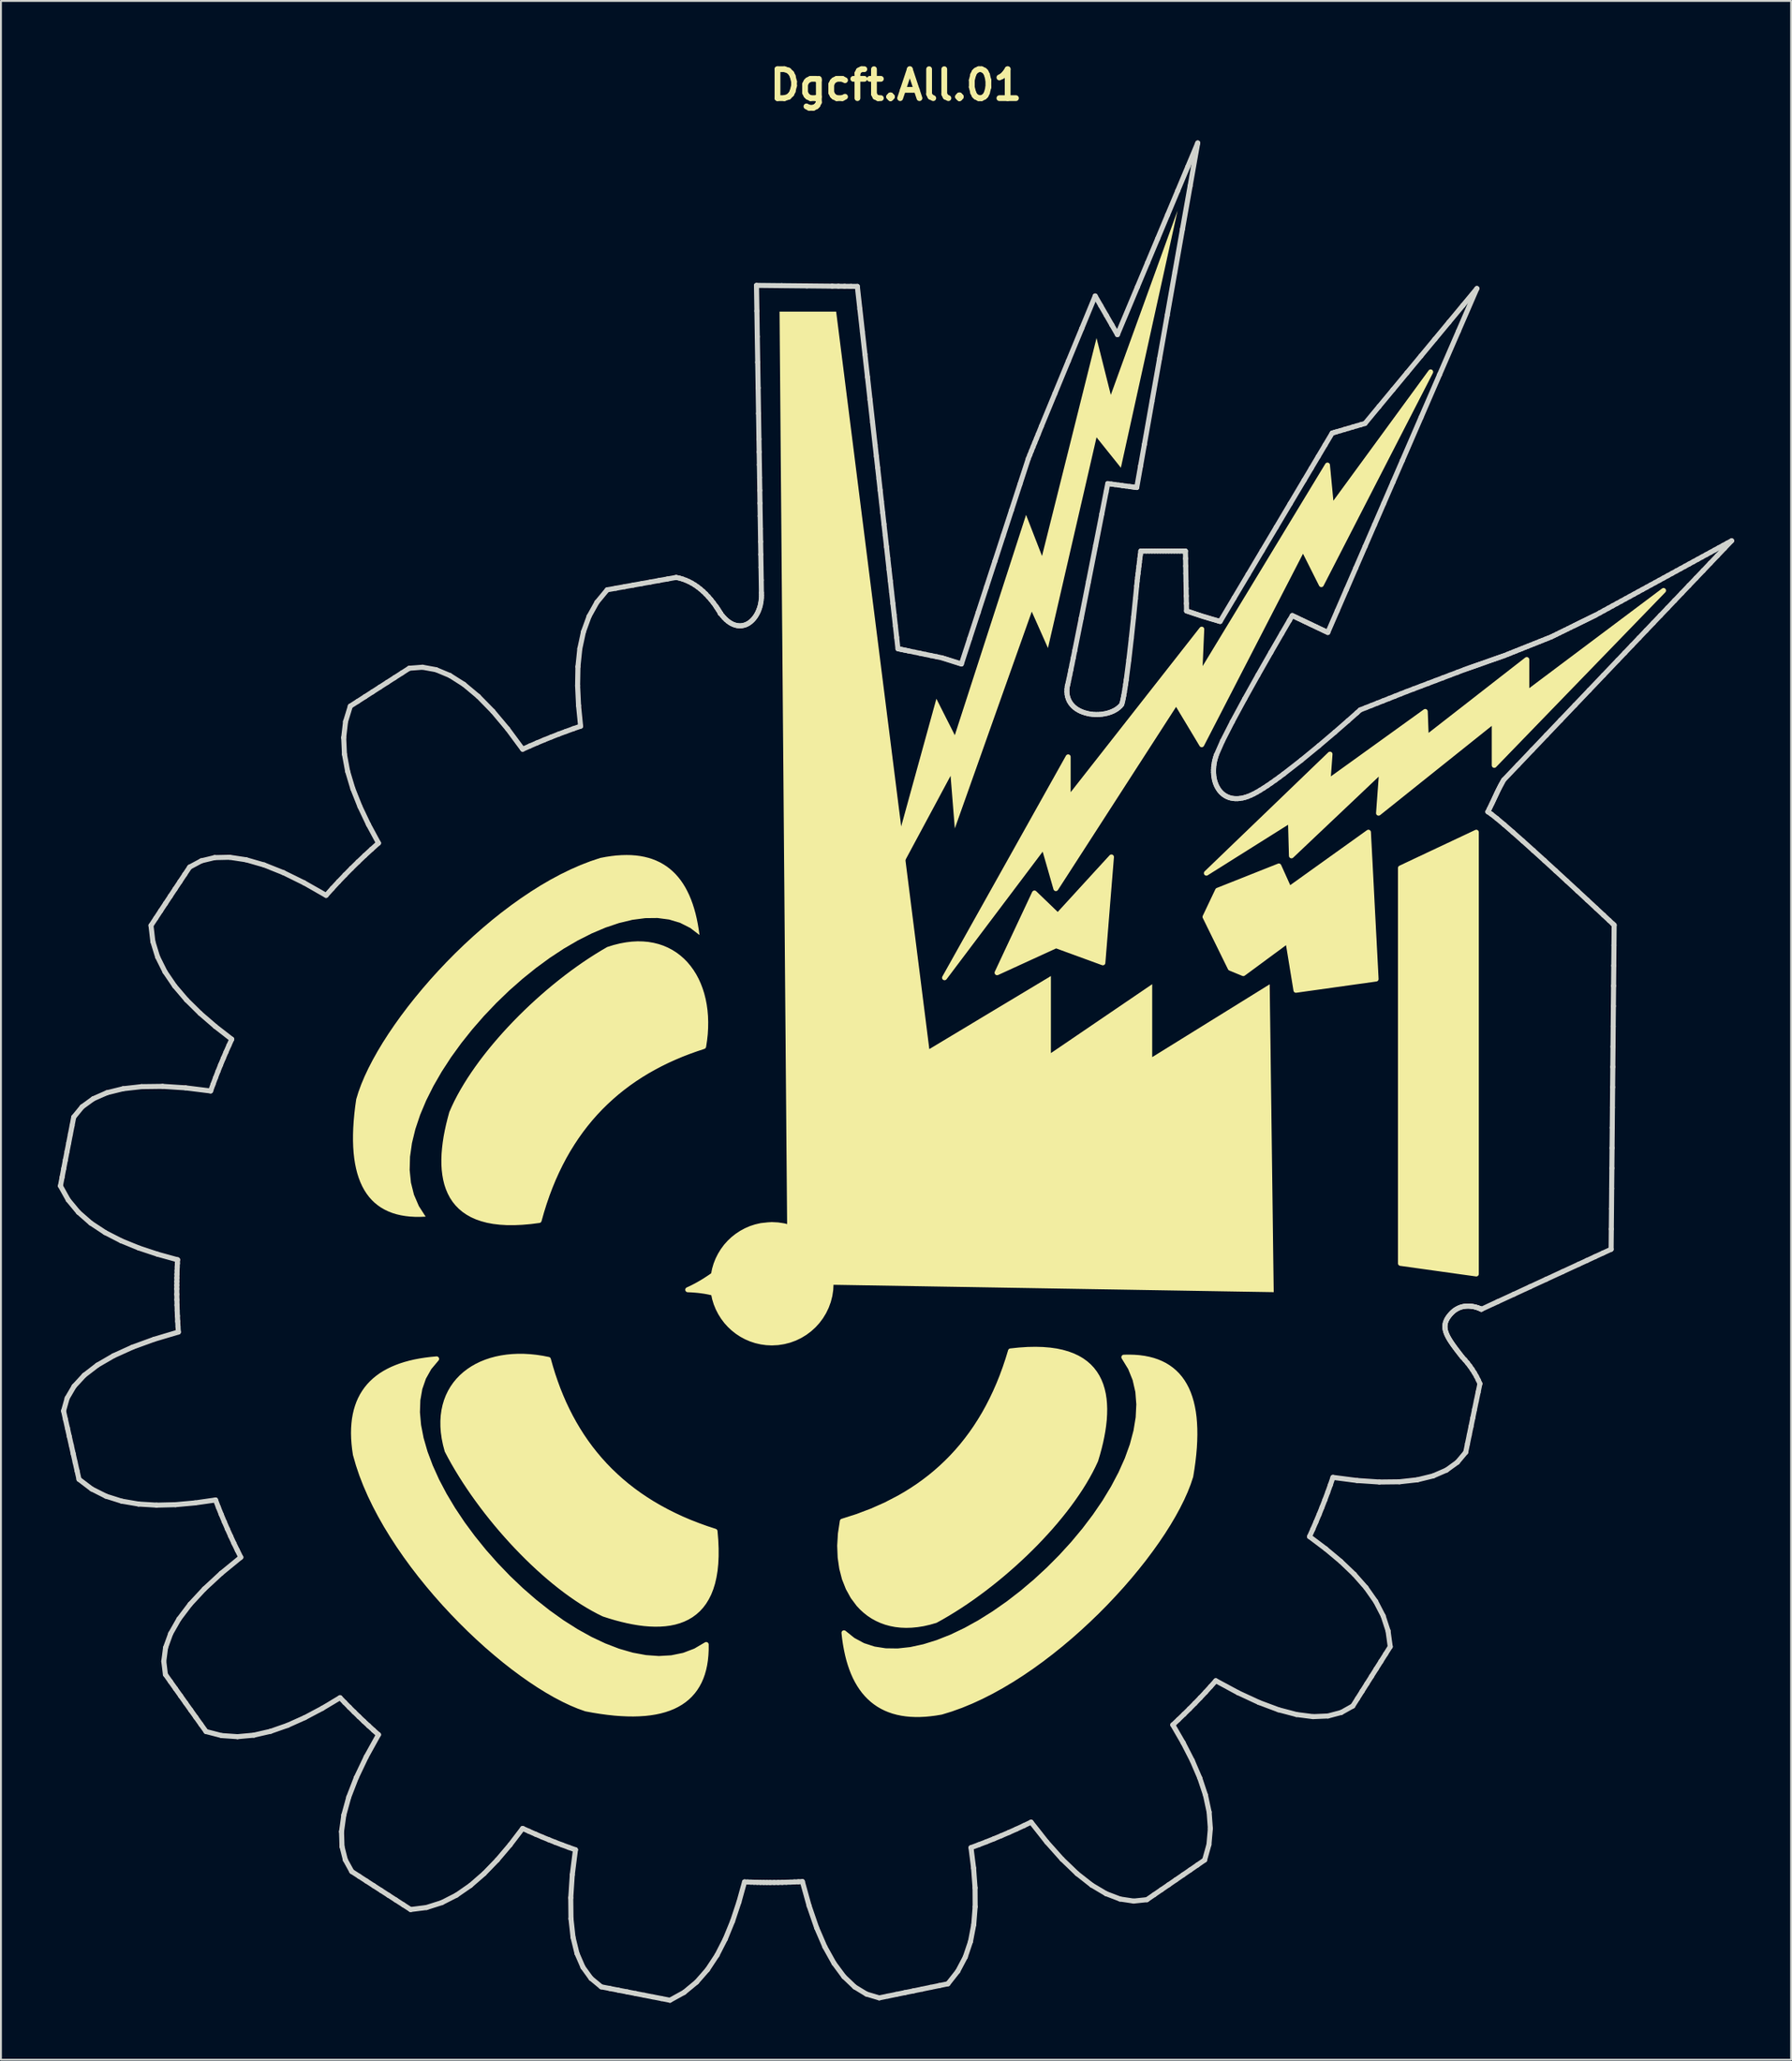
<source format=kicad_pcb>
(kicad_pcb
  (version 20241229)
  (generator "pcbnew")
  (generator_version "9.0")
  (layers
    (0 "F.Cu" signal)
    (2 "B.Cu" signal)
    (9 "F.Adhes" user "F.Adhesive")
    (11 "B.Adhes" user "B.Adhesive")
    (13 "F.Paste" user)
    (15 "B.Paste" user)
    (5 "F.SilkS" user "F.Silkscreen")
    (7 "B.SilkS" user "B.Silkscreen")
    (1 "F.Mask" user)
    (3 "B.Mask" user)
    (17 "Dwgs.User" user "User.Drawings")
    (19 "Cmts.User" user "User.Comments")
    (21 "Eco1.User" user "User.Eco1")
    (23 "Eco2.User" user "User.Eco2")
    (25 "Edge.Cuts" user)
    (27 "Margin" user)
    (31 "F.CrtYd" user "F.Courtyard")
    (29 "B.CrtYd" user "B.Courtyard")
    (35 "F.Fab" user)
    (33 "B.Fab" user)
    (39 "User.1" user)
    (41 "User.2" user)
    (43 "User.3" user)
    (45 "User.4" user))
  (footprint "Dgcft.All.01"
    (layer "F.Cu")
    (at 44.132 53.355)
    (property "Reference" "Dgcft.All.01" (at 0 -51.928 0) (layer "F.SilkS") (effects (font (size 1.524 1.524) (thickness 0.305))))
    (attr smd)
    (fp_poly (pts (xy 8.426 -6.627) (xy 9.043 -6.402) (xy 9.659 -6.177) (xy 10.275 -5.952) (xy 10.891 -5.726) (xy 11.004 -7.119) (xy 11.116 -8.511) (xy 11.229 -9.904) (xy 11.342 -11.296) (xy 10.636 -10.526) (xy 9.931 -9.756) (xy 9.226 -8.985) (xy 8.521 -8.215) (xy 8.213 -8.511) (xy 7.905 -8.808) (xy 7.597 -9.104) (xy 7.289 -9.4) (xy 6.797 -8.351) (xy 6.305 -7.303) (xy 5.813 -6.254) (xy 5.322 -5.205) (xy 6.098 -5.561) (xy 6.874 -5.916) (xy 7.65 -6.272) (xy 8.426 -6.627)) (stroke (width 0.265) (type solid)) (fill yes) (layer "F.SilkS"))
    (fp_poly (pts (xy 26.562 10.094) (xy 27.56 10.233) (xy 28.558 10.373) (xy 29.557 10.513) (xy 30.555 10.652) (xy 30.555 7.746) (xy 30.555 4.839) (xy 30.555 1.933) (xy 30.555 -0.973) (xy 30.555 -3.88) (xy 30.555 -6.786) (xy 30.555 -9.692) (xy 30.555 -12.599) (xy 29.557 -12.128) (xy 28.558 -11.658) (xy 27.56 -11.188) (xy 26.562 -10.717) (xy 26.562 -8.116) (xy 26.562 -5.514) (xy 26.562 -2.913) (xy 26.562 -0.312) (xy 26.562 2.29) (xy 26.562 4.891) (xy 26.562 7.492) (xy 26.562 10.094)) (stroke (width 0.264) (type solid)) (fill yes) (layer "F.SilkS"))
    (fp_poly (pts (xy 16.271 -8.144) (xy 16.603 -7.468) (xy 16.935 -6.793) (xy 17.267 -6.117) (xy 17.599 -5.442) (xy 17.77 -5.371) (xy 17.942 -5.3) (xy 18.114 -5.229) (xy 18.286 -5.158) (xy 18.873 -5.59) (xy 19.459 -6.023) (xy 20.046 -6.455) (xy 20.632 -6.888) (xy 20.739 -6.236) (xy 20.846 -5.584) (xy 20.952 -4.932) (xy 21.059 -4.281) (xy 22.114 -4.429) (xy 23.168 -4.577) (xy 24.223 -4.725) (xy 25.278 -4.873) (xy 25.177 -6.805) (xy 25.076 -8.736) (xy 24.976 -10.668) (xy 24.875 -12.6) (xy 23.832 -11.853) (xy 22.789 -11.107) (xy 21.746 -10.36) (xy 20.703 -9.613) (xy 20.567 -9.916) (xy 20.431 -10.218) (xy 20.295 -10.52) (xy 20.158 -10.822) (xy 19.352 -10.502) (xy 18.547 -10.182) (xy 17.741 -9.862) (xy 16.935 -9.542) (xy 16.769 -9.193) (xy 16.603 -8.843) (xy 16.437 -8.494) (xy 16.271 -8.144)) (stroke (width 0.264) (type solid)) (fill yes) (layer "F.SilkS"))
    (fp_poly (pts (xy 2.555 -4.94) (xy 4.182 -7.846) (xy 5.81 -10.752) (xy 7.437 -13.659) (xy 9.064 -16.565) (xy 9.064 -16.005) (xy 9.064 -15.445) (xy 9.064 -14.885) (xy 9.064 -14.325) (xy 10.823 -16.566) (xy 12.581 -18.806) (xy 14.339 -21.046) (xy 16.097 -23.287) (xy 16.071 -22.674) (xy 16.044 -22.061) (xy 16.018 -21.448) (xy 15.991 -20.835) (xy 17.673 -23.607) (xy 19.355 -26.38) (xy 21.036 -29.153) (xy 22.718 -31.925) (xy 22.771 -31.367) (xy 22.824 -30.808) (xy 22.877 -30.249) (xy 22.93 -29.691) (xy 24.235 -31.475) (xy 25.541 -33.26) (xy 26.846 -35.045) (xy 28.152 -36.829) (xy 26.712 -34.03) (xy 25.273 -31.231) (xy 23.834 -28.432) (xy 22.395 -25.633) (xy 22.154 -26.112) (xy 21.913 -26.592) (xy 21.672 -27.071) (xy 21.431 -27.55) (xy 20.097 -24.964) (xy 18.764 -22.378) (xy 17.431 -19.792) (xy 16.097 -17.206) (xy 15.761 -17.767) (xy 15.424 -18.327) (xy 15.087 -18.887) (xy 14.751 -19.447) (xy 13.167 -16.993) (xy 11.584 -14.54) (xy 10.001 -12.086) (xy 8.417 -9.633) (xy 8.257 -10.191) (xy 8.097 -10.75) (xy 7.936 -11.309) (xy 7.776 -11.867) (xy 6.471 -10.135) (xy 5.165 -8.403) (xy 3.86 -6.672) (xy 2.555 -4.94)) (stroke (width 0.264) (type solid)) (fill yes) (layer "F.SilkS"))
    (fp_poly (pts (xy 14.827 -45.328) (xy 14.08 -41.942) (xy 13.333 -38.556) (xy 12.587 -35.171) (xy 11.84 -31.785) (xy 11.52 -32.185) (xy 11.199 -32.585) (xy 10.879 -32.985) (xy 10.558 -33.385) (xy 9.919 -30.612) (xy 9.279 -27.84) (xy 8.64 -25.067) (xy 8 -22.294) (xy 7.787 -22.774) (xy 7.574 -23.253) (xy 7.361 -23.732) (xy 7.147 -24.211) (xy 6.134 -21.358) (xy 5.121 -18.505) (xy 4.109 -15.651) (xy 3.096 -12.798) (xy 3.04 -13.49) (xy 2.984 -14.183) (xy 2.928 -14.875) (xy 2.872 -15.567) (xy 1.914 -13.782) (xy 0.955 -11.998) (xy -0.003 -10.213) (xy -0.962 -8.428) (xy -0.19 -11.227) (xy 0.581 -14.027) (xy 1.353 -16.826) (xy 2.125 -19.625) (xy 2.368 -19.146) (xy 2.61 -18.666) (xy 2.853 -18.187) (xy 3.095 -17.707) (xy 4.033 -20.607) (xy 4.971 -23.506) (xy 5.909 -26.405) (xy 6.847 -29.305) (xy 7.057 -28.763) (xy 7.267 -28.221) (xy 7.477 -27.68) (xy 7.687 -27.138) (xy 8.405 -30.006) (xy 9.123 -32.875) (xy 9.84 -35.744) (xy 10.558 -38.612) (xy 10.746 -37.864) (xy 10.934 -37.116) (xy 11.122 -36.367) (xy 11.31 -35.619) (xy 12.189 -38.046) (xy 13.069 -40.473) (xy 13.948 -42.901) (xy 14.827 -45.328)) (stroke (width 0) (type solid)) (fill yes) (layer "F.SilkS"))
    (fp_poly (pts (xy 16.342 -10.445) (xy 17.969 -12.011) (xy 19.597 -13.576) (xy 21.224 -15.142) (xy 22.851 -16.708) (xy 22.825 -16.347) (xy 22.798 -15.987) (xy 22.772 -15.627) (xy 22.745 -15.267) (xy 24.026 -16.189) (xy 25.306 -17.11) (xy 26.586 -18.032) (xy 27.867 -18.954) (xy 27.88 -18.607) (xy 27.893 -18.26) (xy 27.907 -17.913) (xy 27.92 -17.566) (xy 29.243 -18.597) (xy 30.566 -19.627) (xy 31.889 -20.658) (xy 33.213 -21.688) (xy 33.213 -21.246) (xy 33.213 -20.804) (xy 33.213 -20.361) (xy 33.213 -19.919) (xy 35.013 -21.27) (xy 36.814 -22.621) (xy 38.615 -23.971) (xy 40.415 -25.322) (xy 38.187 -23.022) (xy 35.958 -20.721) (xy 33.73 -18.421) (xy 31.501 -16.12) (xy 31.501 -16.708) (xy 31.501 -17.296) (xy 31.501 -17.884) (xy 31.501 -18.472) (xy 29.978 -17.255) (xy 28.455 -16.038) (xy 26.932 -14.821) (xy 25.409 -13.603) (xy 25.45 -14.166) (xy 25.491 -14.729) (xy 25.532 -15.293) (xy 25.573 -15.856) (xy 24.386 -14.731) (xy 23.198 -13.606) (xy 22.01 -12.482) (xy 20.822 -11.357) (xy 20.809 -11.825) (xy 20.796 -12.292) (xy 20.783 -12.76) (xy 20.769 -13.227) (xy 19.663 -12.532) (xy 18.556 -11.836) (xy 17.449 -11.141) (xy 16.342 -10.445)) (stroke (width 0.264) (type solid)) (fill yes) (layer "F.SilkS"))
    (fp_poly (pts (xy -6.539 8.054) (xy -6.22 8.07) (xy -5.91 8.117) (xy -5.611 8.193) (xy -5.325 8.297) (xy -5.053 8.428) (xy -4.796 8.584) (xy -4.556 8.762) (xy -4.334 8.963) (xy -4.133 9.184) (xy -3.954 9.423) (xy -3.798 9.679) (xy -3.667 9.951) (xy -3.562 10.237) (xy -3.485 10.536) (xy -3.438 10.846) (xy -3.422 11.164) (xy -3.438 11.483) (xy -3.485 11.793) (xy -3.562 12.092) (xy -3.667 12.378) (xy -3.798 12.651) (xy -3.954 12.908) (xy -4.133 13.147) (xy -4.334 13.369) (xy -4.556 13.57) (xy -4.796 13.749) (xy -5.053 13.905) (xy -5.325 14.036) (xy -5.611 14.141) (xy -5.91 14.217) (xy -6.22 14.265) (xy -6.539 14.281) (xy -6.826 14.268) (xy -7.105 14.229) (xy -7.376 14.167) (xy -7.638 14.081) (xy -7.889 13.973) (xy -8.128 13.845) (xy -8.354 13.697) (xy -8.566 13.53) (xy -8.763 13.346) (xy -8.943 13.146) (xy -9.105 12.93) (xy -9.249 12.7) (xy -9.373 12.458) (xy -9.476 12.204) (xy -9.557 11.939) (xy -9.614 11.664) (xy -9.688 11.645) (xy -9.763 11.626) (xy -9.84 11.609) (xy -9.918 11.593) (xy -9.998 11.578) (xy -10.079 11.564) (xy -10.162 11.552) (xy -10.246 11.54) (xy -10.332 11.529) (xy -10.419 11.519) (xy -10.507 11.511) (xy -10.597 11.503) (xy -10.687 11.496) (xy -10.779 11.49) (xy -10.872 11.486) (xy -10.967 11.482) (xy -10.885 11.445) (xy -10.803 11.406) (xy -10.721 11.366) (xy -10.638 11.324) (xy -10.555 11.281) (xy -10.472 11.236) (xy -10.388 11.189) (xy -10.304 11.141) (xy -10.219 11.091) (xy -10.134 11.039) (xy -10.049 10.986) (xy -9.963 10.931) (xy -9.876 10.874) (xy -9.789 10.816) (xy -9.702 10.756) (xy -9.614 10.694) (xy -9.56 10.417) (xy -9.482 10.15) (xy -9.381 9.893) (xy -9.258 9.649) (xy -9.115 9.417) (xy -8.954 9.199) (xy -8.774 8.997) (xy -8.577 8.811) (xy -8.364 8.643) (xy -8.137 8.494) (xy -7.897 8.364) (xy -7.645 8.255) (xy -7.382 8.169) (xy -7.109 8.106) (xy -6.755 8.067) (xy -6.539 8.054) (xy -6.539 8.054) (xy -6.539 8.054) (xy -6.539 8.054)) (stroke (width 0.264) (type solid)) (fill yes) (layer "F.SilkS"))
    (fp_poly (pts (xy -5.71 11.181) (xy -4.11 11.208) (xy -2.51 11.235) (xy -0.91 11.262) (xy 0.69 11.289) (xy 2.29 11.316) (xy 3.889 11.342) (xy 5.489 11.369) (xy 7.089 11.396) (xy 8.689 11.423) (xy 10.289 11.45) (xy 11.889 11.476) (xy 13.488 11.503) (xy 15.088 11.53) (xy 16.688 11.557) (xy 18.288 11.584) (xy 19.888 11.61) (xy 19.861 9.585) (xy 19.835 7.559) (xy 19.808 5.533) (xy 19.782 3.507) (xy 19.755 1.482) (xy 19.729 -0.544) (xy 19.703 -2.57) (xy 19.676 -4.596) (xy 18.13 -3.637) (xy 16.583 -2.679) (xy 15.036 -1.72) (xy 13.49 -0.762) (xy 13.49 -1.722) (xy 13.49 -2.682) (xy 13.49 -3.642) (xy 13.49 -4.602) (xy 12.157 -3.695) (xy 10.823 -2.788) (xy 9.49 -1.881) (xy 8.156 -0.974) (xy 8.156 -1.988) (xy 8.156 -3.002) (xy 8.156 -4.016) (xy 8.156 -5.031) (xy 6.555 -4.069) (xy 4.954 -3.108) (xy 3.353 -2.146) (xy 1.753 -1.185) (xy 1.446 -3.611) (xy 1.14 -6.037) (xy 0.833 -8.463) (xy 0.526 -10.889) (xy 0.22 -13.315) (xy -0.087 -15.741) (xy -0.393 -18.167) (xy -0.7 -20.593) (xy -1.006 -23.019) (xy -1.313 -25.445) (xy -1.619 -27.871) (xy -1.926 -30.297) (xy -2.232 -32.723) (xy -2.539 -35.149) (xy -2.845 -37.575) (xy -3.152 -40.001) (xy -3.897 -40.001) (xy -4.642 -40.001) (xy -5.388 -40.001) (xy -5.481 -40.001) (xy -5.574 -40.001) (xy -5.667 -40.001) (xy -5.76 -40.001) (xy -5.853 -40.001) (xy -5.947 -40.001) (xy -6.04 -40.001) (xy -6.133 -40.001) (xy -6.12 -38.402) (xy -6.106 -36.802) (xy -6.093 -35.203) (xy -6.08 -33.603) (xy -6.067 -32.004) (xy -6.053 -30.404) (xy -6.04 -28.805) (xy -6.027 -27.206) (xy -6.014 -25.606) (xy -6.001 -24.007) (xy -5.987 -22.407) (xy -5.974 -20.808) (xy -5.961 -19.208) (xy -5.948 -17.609) (xy -5.934 -16.009) (xy -5.921 -14.41) (xy -5.908 -12.81) (xy -5.895 -11.211) (xy -5.881 -9.612) (xy -5.868 -8.012) (xy -5.855 -6.413) (xy -5.842 -4.813) (xy -5.829 -3.214) (xy -5.815 -1.614) (xy -5.802 -0.015) (xy -5.789 1.585) (xy -5.776 3.184) (xy -5.762 4.784) (xy -5.749 6.383) (xy -5.736 7.982) (xy -5.723 9.582) (xy -5.71 11.181)) (stroke (width 0) (type solid)) (fill yes) (layer "F.SilkS"))
    (fp_poly (pts (xy -2.828 23.666) (xy -2.037 23.413) (xy -1.274 23.124) (xy -0.54 22.798) (xy 0.164 22.433) (xy 0.505 22.236) (xy 0.838 22.029) (xy 1.163 21.812) (xy 1.48 21.585) (xy 1.79 21.348) (xy 2.091 21.1) (xy 2.384 20.841) (xy 2.669 20.572) (xy 2.946 20.292) (xy 3.214 20.001) (xy 3.474 19.699) (xy 3.724 19.385) (xy 3.967 19.06) (xy 4.2 18.724) (xy 4.424 18.376) (xy 4.64 18.017) (xy 4.846 17.646) (xy 5.043 17.262) (xy 5.231 16.867) (xy 5.41 16.459) (xy 5.579 16.039) (xy 5.738 15.607) (xy 5.888 15.162) (xy 6.028 14.704) (xy 6.495 14.655) (xy 6.935 14.626) (xy 7.349 14.618) (xy 7.736 14.629) (xy 8.099 14.659) (xy 8.437 14.707) (xy 8.751 14.773) (xy 9.042 14.856) (xy 9.31 14.956) (xy 9.555 15.071) (xy 9.779 15.202) (xy 9.981 15.347) (xy 10.164 15.507) (xy 10.326 15.68) (xy 10.469 15.867) (xy 10.593 16.065) (xy 10.699 16.276) (xy 10.788 16.498) (xy 10.859 16.731) (xy 10.915 16.973) (xy 10.954 17.225) (xy 10.978 17.487) (xy 10.988 17.756) (xy 10.983 18.033) (xy 10.966 18.318) (xy 10.935 18.609) (xy 10.892 18.906) (xy 10.837 19.208) (xy 10.772 19.516) (xy 10.696 19.827) (xy 10.61 20.142) (xy 10.514 20.461) (xy 10.382 20.746) (xy 10.236 21.034) (xy 10.077 21.325) (xy 9.905 21.618) (xy 9.722 21.912) (xy 9.527 22.207) (xy 9.321 22.503) (xy 9.105 22.799) (xy 8.879 23.096) (xy 8.643 23.391) (xy 8.399 23.686) (xy 8.146 23.979) (xy 7.885 24.27) (xy 7.616 24.559) (xy 7.341 24.846) (xy 7.059 25.129) (xy 6.771 25.409) (xy 6.478 25.684) (xy 6.18 25.956) (xy 5.877 26.222) (xy 5.571 26.484) (xy 5.261 26.74) (xy 4.948 26.989) (xy 4.633 27.232) (xy 4.315 27.469) (xy 3.997 27.698) (xy 3.677 27.919) (xy 3.357 28.132) (xy 3.037 28.336) (xy 2.717 28.531) (xy 2.399 28.717) (xy 2.082 28.893) (xy 1.753 28.988) (xy 1.433 29.061) (xy 1.122 29.111) (xy 0.821 29.14) (xy 0.529 29.149) (xy 0.247 29.137) (xy -0.024 29.106) (xy -0.285 29.055) (xy -0.536 28.987) (xy -0.775 28.9) (xy -1.004 28.796) (xy -1.221 28.676) (xy -1.427 28.539) (xy -1.62 28.387) (xy -1.802 28.22) (xy -1.972 28.039) (xy -2.273 27.636) (xy -2.523 27.182) (xy -2.719 26.683) (xy -2.859 26.143) (xy -2.942 25.566) (xy -2.966 24.958) (xy -2.928 24.323) (xy -2.828 23.666) (xy -2.828 23.666)) (stroke (width 0.264) (type solid)) (fill yes) (layer "F.SilkS"))
    (fp_poly (pts (xy -24.192 15.122) (xy -24.584 15.59) (xy -24.876 16.111) (xy -25.073 16.679) (xy -25.18 17.288) (xy -25.202 17.934) (xy -25.142 18.611) (xy -25.005 19.314) (xy -24.796 20.039) (xy -24.519 20.778) (xy -24.18 21.528) (xy -23.782 22.284) (xy -23.33 23.039) (xy -22.829 23.79) (xy -22.282 24.53) (xy -21.696 25.255) (xy -21.074 25.958) (xy -20.421 26.636) (xy -19.742 27.283) (xy -19.04 27.893) (xy -18.321 28.462) (xy -17.589 28.985) (xy -16.849 29.455) (xy -16.105 29.868) (xy -15.362 30.219) (xy -14.625 30.502) (xy -13.897 30.713) (xy -13.184 30.845) (xy -12.49 30.895) (xy -11.82 30.856) (xy -11.178 30.724) (xy -10.568 30.493) (xy -9.996 30.158) (xy -9.997 30.442) (xy -10.011 30.715) (xy -10.037 30.976) (xy -10.076 31.226) (xy -10.128 31.464) (xy -10.192 31.691) (xy -10.269 31.906) (xy -10.359 32.11) (xy -10.462 32.302) (xy -10.577 32.483) (xy -10.705 32.652) (xy -10.846 32.81) (xy -10.999 32.957) (xy -11.165 33.091) (xy -11.344 33.215) (xy -11.536 33.326) (xy -11.74 33.427) (xy -11.957 33.515) (xy -12.186 33.592) (xy -12.429 33.658) (xy -12.684 33.712) (xy -12.952 33.755) (xy -13.232 33.786) (xy -13.526 33.805) (xy -13.832 33.813) (xy -14.15 33.809) (xy -14.482 33.794) (xy -14.826 33.768) (xy -15.183 33.729) (xy -15.552 33.679) (xy -15.934 33.618) (xy -16.329 33.545) (xy -16.71 33.409) (xy -17.105 33.244) (xy -17.513 33.05) (xy -17.933 32.83) (xy -18.363 32.583) (xy -18.802 32.312) (xy -19.248 32.016) (xy -19.7 31.698) (xy -20.157 31.359) (xy -20.616 30.999) (xy -21.076 30.619) (xy -21.537 30.222) (xy -21.996 29.807) (xy -22.452 29.376) (xy -22.903 28.93) (xy -23.348 28.471) (xy -23.786 27.999) (xy -24.216 27.515) (xy -24.634 27.021) (xy -25.041 26.518) (xy -25.435 26.006) (xy -25.814 25.487) (xy -26.176 24.963) (xy -26.521 24.433) (xy -26.847 23.9) (xy -27.152 23.364) (xy -27.435 22.826) (xy -27.694 22.289) (xy -27.929 21.751) (xy -28.137 21.216) (xy -28.316 20.684) (xy -28.467 20.155) (xy -28.51 19.861) (xy -28.541 19.576) (xy -28.56 19.301) (xy -28.567 19.035) (xy -28.562 18.777) (xy -28.545 18.529) (xy -28.517 18.29) (xy -28.477 18.06) (xy -28.426 17.84) (xy -28.363 17.628) (xy -28.289 17.424) (xy -28.203 17.23) (xy -28.106 17.045) (xy -27.997 16.868) (xy -27.878 16.7) (xy -27.747 16.54) (xy -27.605 16.389) (xy -27.452 16.247) (xy -27.288 16.113) (xy -27.114 15.987) (xy -26.928 15.87) (xy -26.732 15.762) (xy -26.525 15.661) (xy -26.307 15.569) (xy -26.079 15.485) (xy -25.841 15.409) (xy -25.592 15.341) (xy -25.332 15.281) (xy -25.062 15.23) (xy -24.782 15.186) (xy -24.492 15.15) (xy -24.192 15.122) (xy -24.192 15.122)) (stroke (width 0.264) (type solid)) (fill yes) (layer "F.SilkS"))
    (fp_poly (pts (xy -18.305 15.151) (xy -18.192 15.552) (xy -18.07 15.947) (xy -17.938 16.334) (xy -17.798 16.715) (xy -17.647 17.089) (xy -17.488 17.456) (xy -17.318 17.815) (xy -17.139 18.167) (xy -16.949 18.512) (xy -16.749 18.85) (xy -16.54 19.179) (xy -16.319 19.502) (xy -16.089 19.816) (xy -15.847 20.122) (xy -15.595 20.421) (xy -15.332 20.712) (xy -15.058 20.994) (xy -14.772 21.268) (xy -14.476 21.534) (xy -14.168 21.792) (xy -13.848 22.041) (xy -13.517 22.282) (xy -13.174 22.513) (xy -12.818 22.737) (xy -12.451 22.951) (xy -12.072 23.156) (xy -11.68 23.352) (xy -11.276 23.54) (xy -10.859 23.718) (xy -10.429 23.886) (xy -9.987 24.046) (xy -9.532 24.195) (xy -9.492 24.663) (xy -9.473 25.103) (xy -9.473 25.516) (xy -9.492 25.903) (xy -9.529 26.265) (xy -9.585 26.601) (xy -9.657 26.914) (xy -9.746 27.202) (xy -9.851 27.468) (xy -9.972 27.71) (xy -10.107 27.931) (xy -10.257 28.131) (xy -10.421 28.31) (xy -10.598 28.468) (xy -10.787 28.607) (xy -10.989 28.727) (xy -11.202 28.829) (xy -11.426 28.913) (xy -11.66 28.98) (xy -11.905 29.03) (xy -12.158 29.064) (xy -12.42 29.083) (xy -12.69 29.087) (xy -12.967 29.077) (xy -13.252 29.054) (xy -13.543 29.017) (xy -13.839 28.968) (xy -14.141 28.907) (xy -14.447 28.835) (xy -14.758 28.753) (xy -15.072 28.66) (xy -15.389 28.558) (xy -15.67 28.42) (xy -15.954 28.267) (xy -16.241 28.102) (xy -16.529 27.925) (xy -16.818 27.735) (xy -17.109 27.534) (xy -17.4 27.322) (xy -17.691 27.1) (xy -17.982 26.868) (xy -18.273 26.626) (xy -18.562 26.375) (xy -18.85 26.116) (xy -19.135 25.849) (xy -19.419 25.575) (xy -19.699 25.294) (xy -19.977 25.006) (xy -20.25 24.713) (xy -20.52 24.414) (xy -20.785 24.111) (xy -21.046 23.803) (xy -21.301 23.491) (xy -21.55 23.176) (xy -21.794 22.858) (xy -22.03 22.538) (xy -22.26 22.216) (xy -22.482 21.893) (xy -22.697 21.569) (xy -22.903 21.245) (xy -23.101 20.921) (xy -23.29 20.598) (xy -23.469 20.276) (xy -23.638 19.955) (xy -23.726 19.624) (xy -23.792 19.302) (xy -23.836 18.989) (xy -23.859 18.687) (xy -23.861 18.395) (xy -23.843 18.113) (xy -23.806 17.842) (xy -23.75 17.582) (xy -23.676 17.333) (xy -23.585 17.095) (xy -23.476 16.869) (xy -23.351 16.654) (xy -23.21 16.451) (xy -23.054 16.261) (xy -22.883 16.083) (xy -22.698 15.917) (xy -22.5 15.764) (xy -22.289 15.624) (xy -22.065 15.497) (xy -21.83 15.384) (xy -21.584 15.285) (xy -21.327 15.199) (xy -21.06 15.127) (xy -20.783 15.07) (xy -20.498 15.027) (xy -20.205 14.999) (xy -19.904 14.985) (xy -19.596 14.987) (xy -19.281 15.005) (xy -18.961 15.037) (xy -18.635 15.086) (xy -18.305 15.151) (xy -18.305 15.151)) (stroke (width 0.264) (type solid)) (fill yes) (layer "F.SilkS"))
    (fp_poly (pts (xy -10.349 -7.189) (xy -10.835 -7.56) (xy -11.369 -7.83) (xy -11.945 -8.003) (xy -12.559 -8.084) (xy -13.205 -8.077) (xy -13.88 -7.989) (xy -14.577 -7.822) (xy -15.291 -7.582) (xy -16.019 -7.274) (xy -16.754 -6.903) (xy -17.492 -6.473) (xy -18.227 -5.989) (xy -18.956 -5.456) (xy -19.672 -4.879) (xy -20.371 -4.263) (xy -21.047 -3.611) (xy -21.696 -2.93) (xy -22.313 -2.223) (xy -22.893 -1.496) (xy -23.431 -0.754) (xy -23.921 -0.000208) (xy -24.359 0.759) (xy -24.74 1.52) (xy -25.059 2.277) (xy -25.31 3.026) (xy -25.489 3.762) (xy -25.591 4.48) (xy -25.611 5.176) (xy -25.543 5.844) (xy -25.384 6.48) (xy -25.127 7.079) (xy -24.768 7.636) (xy -25.052 7.647) (xy -25.326 7.646) (xy -25.588 7.631) (xy -25.839 7.603) (xy -26.08 7.562) (xy -26.309 7.508) (xy -26.528 7.44) (xy -26.735 7.359) (xy -26.931 7.265) (xy -27.117 7.158) (xy -27.291 7.037) (xy -27.455 6.904) (xy -27.607 6.757) (xy -27.749 6.597) (xy -27.879 6.424) (xy -27.999 6.237) (xy -28.108 6.037) (xy -28.205 5.825) (xy -28.292 5.598) (xy -28.368 5.359) (xy -28.433 5.106) (xy -28.487 4.841) (xy -28.53 4.562) (xy -28.562 4.269) (xy -28.583 3.964) (xy -28.593 3.645) (xy -28.592 3.313) (xy -28.581 2.968) (xy -28.558 2.61) (xy -28.525 2.238) (xy -28.481 1.854) (xy -28.425 1.456) (xy -28.306 1.069) (xy -28.159 0.668) (xy -27.983 0.251) (xy -27.781 -0.178) (xy -27.553 -0.618) (xy -27.301 -1.068) (xy -27.025 -1.527) (xy -26.727 -1.992) (xy -26.407 -2.462) (xy -26.067 -2.937) (xy -25.708 -3.413) (xy -25.33 -3.89) (xy -24.935 -4.366) (xy -24.525 -4.84) (xy -24.099 -5.31) (xy -23.659 -5.775) (xy -23.206 -6.233) (xy -22.741 -6.683) (xy -22.265 -7.122) (xy -21.779 -7.55) (xy -21.285 -7.966) (xy -20.783 -8.366) (xy -20.274 -8.751) (xy -19.76 -9.118) (xy -19.241 -9.467) (xy -18.719 -9.795) (xy -18.194 -10.101) (xy -17.668 -10.383) (xy -17.141 -10.64) (xy -16.616 -10.871) (xy -16.092 -11.073) (xy -15.571 -11.246) (xy -15.278 -11.302) (xy -14.994 -11.345) (xy -14.719 -11.376) (xy -14.453 -11.394) (xy -14.195 -11.4) (xy -13.946 -11.395) (xy -13.706 -11.377) (xy -13.474 -11.347) (xy -13.251 -11.305) (xy -13.036 -11.251) (xy -12.829 -11.185) (xy -12.631 -11.108) (xy -12.441 -11.019) (xy -12.26 -10.918) (xy -12.087 -10.806) (xy -11.921 -10.682) (xy -11.764 -10.546) (xy -11.615 -10.4) (xy -11.474 -10.242) (xy -11.341 -10.073) (xy -11.216 -9.892) (xy -11.099 -9.701) (xy -10.99 -9.498) (xy -10.888 -9.285) (xy -10.794 -9.06) (xy -10.708 -8.825) (xy -10.629 -8.579) (xy -10.558 -8.322) (xy -10.495 -8.055) (xy -10.439 -7.776) (xy -10.39 -7.488) (xy -10.349 -7.189) (xy -10.349 -7.189)) (stroke (width 0) (type solid)) (fill yes) (layer "F.SilkS"))
    (fp_poly (pts (xy -10.132 -1.32) (xy -10.527 -1.189) (xy -10.916 -1.05) (xy -11.297 -0.902) (xy -11.671 -0.744) (xy -12.038 -0.578) (xy -12.397 -0.402) (xy -12.749 -0.216) (xy -13.093 -0.022) (xy -13.43 0.183) (xy -13.758 0.397) (xy -14.079 0.621) (xy -14.391 0.856) (xy -14.695 1.1) (xy -14.991 1.355) (xy -15.279 1.62) (xy -15.558 1.895) (xy -15.829 2.181) (xy -16.091 2.478) (xy -16.344 2.786) (xy -16.589 3.105) (xy -16.824 3.435) (xy -17.05 3.777) (xy -17.268 4.129) (xy -17.476 4.493) (xy -17.674 4.869) (xy -17.863 5.257) (xy -18.043 5.656) (xy -18.213 6.068) (xy -18.373 6.491) (xy -18.523 6.927) (xy -18.663 7.375) (xy -18.793 7.836) (xy -19.258 7.896) (xy -19.695 7.934) (xy -20.107 7.952) (xy -20.494 7.95) (xy -20.856 7.928) (xy -21.194 7.888) (xy -21.508 7.829) (xy -21.799 7.752) (xy -22.068 7.659) (xy -22.316 7.549) (xy -22.542 7.423) (xy -22.747 7.282) (xy -22.932 7.126) (xy -23.098 6.956) (xy -23.245 6.773) (xy -23.374 6.577) (xy -23.484 6.368) (xy -23.578 6.148) (xy -23.655 5.917) (xy -23.715 5.675) (xy -23.76 5.423) (xy -23.791 5.162) (xy -23.807 4.893) (xy -23.809 4.615) (xy -23.798 4.33) (xy -23.774 4.037) (xy -23.738 3.739) (xy -23.691 3.435) (xy -23.632 3.125) (xy -23.564 2.812) (xy -23.485 2.494) (xy -23.398 2.173) (xy -23.271 1.886) (xy -23.132 1.595) (xy -22.979 1.302) (xy -22.814 1.006) (xy -22.637 0.709) (xy -22.449 0.41) (xy -22.25 0.11) (xy -22.04 -0.191) (xy -21.821 -0.492) (xy -21.592 -0.792) (xy -21.354 -1.092) (xy -21.108 -1.39) (xy -20.853 -1.687) (xy -20.592 -1.982) (xy -20.323 -2.274) (xy -20.047 -2.564) (xy -19.766 -2.85) (xy -19.479 -3.132) (xy -19.187 -3.41) (xy -18.891 -3.683) (xy -18.59 -3.951) (xy -18.286 -4.214) (xy -17.979 -4.47) (xy -17.669 -4.72) (xy -17.357 -4.963) (xy -17.043 -5.199) (xy -16.728 -5.427) (xy -16.413 -5.647) (xy -16.097 -5.858) (xy -15.782 -6.06) (xy -15.467 -6.253) (xy -15.154 -6.436) (xy -14.827 -6.538) (xy -14.509 -6.617) (xy -14.199 -6.674) (xy -13.899 -6.71) (xy -13.608 -6.725) (xy -13.326 -6.719) (xy -13.054 -6.694) (xy -12.792 -6.649) (xy -12.54 -6.586) (xy -12.298 -6.505) (xy -12.068 -6.406) (xy -11.848 -6.291) (xy -11.639 -6.159) (xy -11.442 -6.011) (xy -11.257 -5.848) (xy -11.083 -5.671) (xy -10.922 -5.479) (xy -10.773 -5.274) (xy -10.637 -5.057) (xy -10.514 -4.827) (xy -10.404 -4.585) (xy -10.307 -4.332) (xy -10.224 -4.069) (xy -10.155 -3.796) (xy -10.1 -3.513) (xy -10.059 -3.222) (xy -10.033 -2.922) (xy -10.022 -2.614) (xy -10.026 -2.3) (xy -10.045 -1.979) (xy -10.081 -1.652) (xy -10.132 -1.32) (xy -10.132 -1.32)) (stroke (width 0.264) (type solid)) (fill yes) (layer "F.SilkS"))
    (fp_poly (pts (xy -2.74 29.54) (xy -2.263 29.923) (xy -1.737 30.206) (xy -1.165 30.392) (xy -0.554 30.487) (xy 0.092 30.496) (xy 0.768 30.422) (xy 1.468 30.271) (xy 2.187 30.047) (xy 2.921 29.756) (xy 3.664 29.401) (xy 4.411 28.987) (xy 5.157 28.52) (xy 5.897 28.003) (xy 6.626 27.441) (xy 7.338 26.84) (xy 8.029 26.203) (xy 8.693 25.536) (xy 9.325 24.843) (xy 9.921 24.128) (xy 10.475 23.397) (xy 10.982 22.655) (xy 11.437 21.904) (xy 11.834 21.152) (xy 12.17 20.401) (xy 12.438 19.657) (xy 12.633 18.925) (xy 12.751 18.209) (xy 12.786 17.513) (xy 12.733 16.843) (xy 12.587 16.204) (xy 12.343 15.599) (xy 11.997 15.033) (xy 12.281 15.029) (xy 12.554 15.037) (xy 12.816 15.058) (xy 13.067 15.092) (xy 13.306 15.139) (xy 13.534 15.199) (xy 13.751 15.272) (xy 13.957 15.358) (xy 14.151 15.456) (xy 14.334 15.568) (xy 14.506 15.692) (xy 14.667 15.83) (xy 14.816 15.98) (xy 14.955 16.144) (xy 15.082 16.32) (xy 15.197 16.509) (xy 15.302 16.711) (xy 15.395 16.926) (xy 15.477 17.155) (xy 15.548 17.396) (xy 15.607 17.65) (xy 15.656 17.917) (xy 15.693 18.197) (xy 15.718 18.49) (xy 15.733 18.796) (xy 15.736 19.115) (xy 15.728 19.447) (xy 15.709 19.792) (xy 15.678 20.149) (xy 15.636 20.52) (xy 15.583 20.904) (xy 15.519 21.301) (xy 15.391 21.684) (xy 15.234 22.083) (xy 15.049 22.495) (xy 14.837 22.919) (xy 14.599 23.354) (xy 14.337 23.798) (xy 14.051 24.251) (xy 13.742 24.709) (xy 13.412 25.172) (xy 13.062 25.639) (xy 12.692 26.107) (xy 12.304 26.576) (xy 11.899 27.043) (xy 11.477 27.508) (xy 11.041 27.969) (xy 10.591 28.424) (xy 10.128 28.871) (xy 9.653 29.311) (xy 9.168 29.74) (xy 8.673 30.157) (xy 8.17 30.561) (xy 7.659 30.951) (xy 7.142 31.325) (xy 6.619 31.681) (xy 6.093 32.018) (xy 5.563 32.334) (xy 5.032 32.628) (xy 4.499 32.899) (xy 3.967 33.144) (xy 3.436 33.363) (xy 2.907 33.554) (xy 2.382 33.716) (xy 2.089 33.765) (xy 1.805 33.802) (xy 1.53 33.827) (xy 1.263 33.84) (xy 1.006 33.841) (xy 0.758 33.83) (xy 0.518 33.807) (xy 0.287 33.772) (xy 0.065 33.725) (xy -0.148 33.667) (xy -0.353 33.596) (xy -0.549 33.515) (xy -0.736 33.421) (xy -0.916 33.316) (xy -1.086 33.2) (xy -1.249 33.072) (xy -1.402 32.933) (xy -1.548 32.783) (xy -1.685 32.622) (xy -1.814 32.45) (xy -1.935 32.266) (xy -2.048 32.072) (xy -2.153 31.867) (xy -2.25 31.651) (xy -2.338 31.424) (xy -2.419 31.186) (xy -2.492 30.938) (xy -2.557 30.679) (xy -2.614 30.41) (xy -2.664 30.131) (xy -2.706 29.841) (xy -2.74 29.54) (xy -2.74 29.54) (xy -2.74 29.54) (xy -2.74 29.54) (xy -2.74 29.54)) (stroke (width 0.264) (type solid)) (fill yes) (layer "F.SilkS"))
    (fp_line (start -44 6.019) (end -43.589 6.757) (stroke (width 0.265) (type solid)) (layer "Edge.Cuts"))
    (fp_line (start -43.914 5.565) (end -44 6.019) (stroke (width 0.265) (type solid)) (layer "Edge.Cuts"))
    (fp_line (start -43.835 17.862) (end -43.734 18.311) (stroke (width 0.265) (type solid)) (layer "Edge.Cuts"))
    (fp_line (start -43.827 5.111) (end -43.914 5.565) (stroke (width 0.265) (type solid)) (layer "Edge.Cuts"))
    (fp_line (start -43.74 4.658) (end -43.827 5.111) (stroke (width 0.265) (type solid)) (layer "Edge.Cuts"))
    (fp_line (start -43.734 18.311) (end -43.632 18.761) (stroke (width 0.265) (type solid)) (layer "Edge.Cuts"))
    (fp_line (start -43.652 4.205) (end -43.74 4.658) (stroke (width 0.265) (type solid)) (layer "Edge.Cuts"))
    (fp_line (start -43.646 17.189) (end -43.835 17.862) (stroke (width 0.265) (type solid)) (layer "Edge.Cuts"))
    (fp_line (start -43.632 18.761) (end -43.531 19.211) (stroke (width 0.265) (type solid)) (layer "Edge.Cuts"))
    (fp_line (start -43.589 6.757) (end -43.052 7.406) (stroke (width 0.265) (type solid)) (layer "Edge.Cuts"))
    (fp_line (start -43.564 3.753) (end -43.652 4.205) (stroke (width 0.265) (type solid)) (layer "Edge.Cuts"))
    (fp_line (start -43.531 19.211) (end -43.429 19.661) (stroke (width 0.265) (type solid)) (layer "Edge.Cuts"))
    (fp_line (start -43.476 3.3) (end -43.564 3.753) (stroke (width 0.265) (type solid)) (layer "Edge.Cuts"))
    (fp_line (start -43.429 19.661) (end -43.328 20.111) (stroke (width 0.265) (type solid)) (layer "Edge.Cuts"))
    (fp_line (start -43.388 2.848) (end -43.476 3.3) (stroke (width 0.265) (type solid)) (layer "Edge.Cuts"))
    (fp_line (start -43.328 20.111) (end -43.226 20.561) (stroke (width 0.265) (type solid)) (layer "Edge.Cuts"))
    (fp_line (start -43.3 2.396) (end -43.388 2.848) (stroke (width 0.265) (type solid)) (layer "Edge.Cuts"))
    (fp_line (start -43.281 16.564) (end -43.646 17.189) (stroke (width 0.265) (type solid)) (layer "Edge.Cuts"))
    (fp_line (start -43.226 20.561) (end -43.125 21.011) (stroke (width 0.265) (type solid)) (layer "Edge.Cuts"))
    (fp_line (start -43.125 21.011) (end -43.024 21.461) (stroke (width 0.265) (type solid)) (layer "Edge.Cuts"))
    (fp_line (start -43.052 7.406) (end -42.4 7.976) (stroke (width 0.265) (type solid)) (layer "Edge.Cuts"))
    (fp_line (start -43.024 21.461) (end -42.351 21.971) (stroke (width 0.265) (type solid)) (layer "Edge.Cuts"))
    (fp_line (start -42.857 1.855) (end -43.3 2.396) (stroke (width 0.265) (type solid)) (layer "Edge.Cuts"))
    (fp_line (start -42.747 15.985) (end -43.281 16.564) (stroke (width 0.265) (type solid)) (layer "Edge.Cuts"))
    (fp_line (start -42.4 7.976) (end -41.645 8.473) (stroke (width 0.265) (type solid)) (layer "Edge.Cuts"))
    (fp_line (start -42.351 21.971) (end -41.599 22.35) (stroke (width 0.265) (type solid)) (layer "Edge.Cuts"))
    (fp_line (start -42.271 1.429) (end -42.857 1.855) (stroke (width 0.265) (type solid)) (layer "Edge.Cuts"))
    (fp_line (start -42.052 15.45) (end -42.747 15.985) (stroke (width 0.265) (type solid)) (layer "Edge.Cuts"))
    (fp_line (start -41.645 8.473) (end -40.8 8.907) (stroke (width 0.265) (type solid)) (layer "Edge.Cuts"))
    (fp_line (start -41.599 22.35) (end -40.775 22.61) (stroke (width 0.265) (type solid)) (layer "Edge.Cuts"))
    (fp_line (start -41.549 1.112) (end -42.271 1.429) (stroke (width 0.265) (type solid)) (layer "Edge.Cuts"))
    (fp_line (start -41.202 14.957) (end -42.052 15.45) (stroke (width 0.265) (type solid)) (layer "Edge.Cuts"))
    (fp_line (start -40.8 8.907) (end -39.874 9.285) (stroke (width 0.265) (type solid)) (layer "Edge.Cuts"))
    (fp_line (start -40.775 22.61) (end -39.886 22.763) (stroke (width 0.265) (type solid)) (layer "Edge.Cuts"))
    (fp_line (start -40.696 0.901) (end -41.549 1.112) (stroke (width 0.265) (type solid)) (layer "Edge.Cuts"))
    (fp_line (start -40.203 14.504) (end -41.202 14.957) (stroke (width 0.265) (type solid)) (layer "Edge.Cuts"))
    (fp_line (start -39.886 22.763) (end -38.94 22.821) (stroke (width 0.265) (type solid)) (layer "Edge.Cuts"))
    (fp_line (start -39.874 9.285) (end -38.881 9.615) (stroke (width 0.265) (type solid)) (layer "Edge.Cuts"))
    (fp_line (start -39.719 0.791) (end -40.696 0.901) (stroke (width 0.265) (type solid)) (layer "Edge.Cuts"))
    (fp_line (start -39.231 -7.689) (end -39.133 -6.844) (stroke (width 0.265) (type solid)) (layer "Edge.Cuts"))
    (fp_line (start -39.133 -6.844) (end -38.883 -6.034) (stroke (width 0.265) (type solid)) (layer "Edge.Cuts"))
    (fp_line (start -39.064 14.089) (end -40.203 14.504) (stroke (width 0.265) (type solid)) (layer "Edge.Cuts"))
    (fp_line (start -38.977 -8.074) (end -39.231 -7.689) (stroke (width 0.265) (type solid)) (layer "Edge.Cuts"))
    (fp_line (start -38.94 22.821) (end -37.945 22.797) (stroke (width 0.265) (type solid)) (layer "Edge.Cuts"))
    (fp_line (start -38.883 -6.034) (end -38.495 -5.254) (stroke (width 0.265) (type solid)) (layer "Edge.Cuts"))
    (fp_line (start -38.881 9.615) (end -37.831 9.905) (stroke (width 0.265) (type solid)) (layer "Edge.Cuts"))
    (fp_line (start -38.724 -8.46) (end -38.977 -8.074) (stroke (width 0.265) (type solid)) (layer "Edge.Cuts"))
    (fp_line (start -38.621 0.777) (end -39.719 0.791) (stroke (width 0.265) (type solid)) (layer "Edge.Cuts"))
    (fp_line (start -38.558 31.04) (end -38.472 31.734) (stroke (width 0.265) (type solid)) (layer "Edge.Cuts"))
    (fp_line (start -38.495 -5.254) (end -37.983 -4.502) (stroke (width 0.265) (type solid)) (layer "Edge.Cuts"))
    (fp_line (start -38.472 31.734) (end -38.206 32.109) (stroke (width 0.265) (type solid)) (layer "Edge.Cuts"))
    (fp_line (start -38.47 -8.844) (end -38.724 -8.46) (stroke (width 0.265) (type solid)) (layer "Edge.Cuts"))
    (fp_line (start -38.464 30.322) (end -38.558 31.04) (stroke (width 0.265) (type solid)) (layer "Edge.Cuts"))
    (fp_line (start -38.216 -9.229) (end -38.47 -8.844) (stroke (width 0.265) (type solid)) (layer "Edge.Cuts"))
    (fp_line (start -38.206 32.109) (end -37.939 32.484) (stroke (width 0.265) (type solid)) (layer "Edge.Cuts"))
    (fp_line (start -38.196 29.582) (end -38.464 30.322) (stroke (width 0.265) (type solid)) (layer "Edge.Cuts"))
    (fp_line (start -37.983 -4.502) (end -37.361 -3.773) (stroke (width 0.265) (type solid)) (layer "Edge.Cuts"))
    (fp_line (start -37.962 -9.613) (end -38.216 -9.229) (stroke (width 0.265) (type solid)) (layer "Edge.Cuts"))
    (fp_line (start -37.945 22.797) (end -36.906 22.702) (stroke (width 0.265) (type solid)) (layer "Edge.Cuts"))
    (fp_line (start -37.939 32.484) (end -37.672 32.86) (stroke (width 0.265) (type solid)) (layer "Edge.Cuts"))
    (fp_line (start -37.873 11.434) (end -37.871 11.721) (stroke (width 0.265) (type solid)) (layer "Edge.Cuts"))
    (fp_line (start -37.872 11.242) (end -37.873 11.434) (stroke (width 0.265) (type solid)) (layer "Edge.Cuts"))
    (fp_line (start -37.871 11.721) (end -37.867 12.007) (stroke (width 0.265) (type solid)) (layer "Edge.Cuts"))
    (fp_line (start -37.87 11.051) (end -37.872 11.242) (stroke (width 0.265) (type solid)) (layer "Edge.Cuts"))
    (fp_line (start -37.867 12.007) (end -37.86 12.292) (stroke (width 0.265) (type solid)) (layer "Edge.Cuts"))
    (fp_line (start -37.867 10.859) (end -37.87 11.051) (stroke (width 0.265) (type solid)) (layer "Edge.Cuts"))
    (fp_line (start -37.863 10.668) (end -37.867 10.859) (stroke (width 0.265) (type solid)) (layer "Edge.Cuts"))
    (fp_line (start -37.86 12.292) (end -37.851 12.577) (stroke (width 0.265) (type solid)) (layer "Edge.Cuts"))
    (fp_line (start -37.857 10.477) (end -37.863 10.668) (stroke (width 0.265) (type solid)) (layer "Edge.Cuts"))
    (fp_line (start -37.851 12.577) (end -37.84 12.861) (stroke (width 0.265) (type solid)) (layer "Edge.Cuts"))
    (fp_line (start -37.85 10.286) (end -37.857 10.477) (stroke (width 0.265) (type solid)) (layer "Edge.Cuts"))
    (fp_line (start -37.841 10.095) (end -37.85 10.286) (stroke (width 0.265) (type solid)) (layer "Edge.Cuts"))
    (fp_line (start -37.84 12.861) (end -37.825 13.144) (stroke (width 0.265) (type solid)) (layer "Edge.Cuts"))
    (fp_line (start -37.831 9.905) (end -37.841 10.095) (stroke (width 0.265) (type solid)) (layer "Edge.Cuts"))
    (fp_line (start -37.825 13.144) (end -37.809 13.427) (stroke (width 0.265) (type solid)) (layer "Edge.Cuts"))
    (fp_line (start -37.809 13.427) (end -37.79 13.71) (stroke (width 0.265) (type solid)) (layer "Edge.Cuts"))
    (fp_line (start -37.79 13.71) (end -39.064 14.089) (stroke (width 0.265) (type solid)) (layer "Edge.Cuts"))
    (fp_line (start -37.762 28.819) (end -38.196 29.582) (stroke (width 0.265) (type solid)) (layer "Edge.Cuts"))
    (fp_line (start -37.707 -9.997) (end -37.962 -9.613) (stroke (width 0.265) (type solid)) (layer "Edge.Cuts"))
    (fp_line (start -37.672 32.86) (end -37.405 33.236) (stroke (width 0.265) (type solid)) (layer "Edge.Cuts"))
    (fp_line (start -37.452 -10.381) (end -37.707 -9.997) (stroke (width 0.265) (type solid)) (layer "Edge.Cuts"))
    (fp_line (start -37.41 0.855) (end -38.621 0.777) (stroke (width 0.265) (type solid)) (layer "Edge.Cuts"))
    (fp_line (start -37.405 33.236) (end -37.137 33.612) (stroke (width 0.265) (type solid)) (layer "Edge.Cuts"))
    (fp_line (start -37.361 -3.773) (end -36.644 -3.066) (stroke (width 0.265) (type solid)) (layer "Edge.Cuts"))
    (fp_line (start -37.196 -10.764) (end -37.452 -10.381) (stroke (width 0.265) (type solid)) (layer "Edge.Cuts"))
    (fp_line (start -37.169 28.035) (end -37.762 28.819) (stroke (width 0.265) (type solid)) (layer "Edge.Cuts"))
    (fp_line (start -37.137 33.612) (end -36.869 33.988) (stroke (width 0.265) (type solid)) (layer "Edge.Cuts"))
    (fp_line (start -36.906 22.702) (end -35.832 22.548) (stroke (width 0.265) (type solid)) (layer "Edge.Cuts"))
    (fp_line (start -36.869 33.988) (end -36.601 34.363) (stroke (width 0.265) (type solid)) (layer "Edge.Cuts"))
    (fp_line (start -36.644 -3.066) (end -35.846 -2.377) (stroke (width 0.265) (type solid)) (layer "Edge.Cuts"))
    (fp_line (start -36.601 34.363) (end -36.332 34.738) (stroke (width 0.265) (type solid)) (layer "Edge.Cuts"))
    (fp_line (start -36.58 -11.094) (end -37.196 -10.764) (stroke (width 0.265) (type solid)) (layer "Edge.Cuts"))
    (fp_line (start -36.423 27.231) (end -37.169 28.035) (stroke (width 0.265) (type solid)) (layer "Edge.Cuts"))
    (fp_line (start -36.332 34.738) (end -35.515 34.949) (stroke (width 0.265) (type solid)) (layer "Edge.Cuts"))
    (fp_line (start -36.091 1.02) (end -37.41 0.855) (stroke (width 0.265) (type solid)) (layer "Edge.Cuts"))
    (fp_line (start -35.965 0.673) (end -36.091 1.02) (stroke (width 0.265) (type solid)) (layer "Edge.Cuts"))
    (fp_line (start -35.877 -11.264) (end -36.58 -11.094) (stroke (width 0.265) (type solid)) (layer "Edge.Cuts"))
    (fp_line (start -35.846 -2.377) (end -34.979 -1.703) (stroke (width 0.265) (type solid)) (layer "Edge.Cuts"))
    (fp_line (start -35.836 0.328) (end -35.965 0.673) (stroke (width 0.265) (type solid)) (layer "Edge.Cuts"))
    (fp_line (start -35.832 22.548) (end -35.684 22.933) (stroke (width 0.265) (type solid)) (layer "Edge.Cuts"))
    (fp_line (start -35.703 -0.015) (end -35.836 0.328) (stroke (width 0.265) (type solid)) (layer "Edge.Cuts"))
    (fp_line (start -35.684 22.933) (end -35.53 23.317) (stroke (width 0.265) (type solid)) (layer "Edge.Cuts"))
    (fp_line (start -35.566 -0.356) (end -35.703 -0.015) (stroke (width 0.265) (type solid)) (layer "Edge.Cuts"))
    (fp_line (start -35.532 26.407) (end -36.423 27.231) (stroke (width 0.265) (type solid)) (layer "Edge.Cuts"))
    (fp_line (start -35.53 23.317) (end -35.371 23.698) (stroke (width 0.265) (type solid)) (layer "Edge.Cuts"))
    (fp_line (start -35.515 34.949) (end -34.676 35.007) (stroke (width 0.265) (type solid)) (layer "Edge.Cuts"))
    (fp_line (start -35.425 -0.696) (end -35.566 -0.356) (stroke (width 0.265) (type solid)) (layer "Edge.Cuts"))
    (fp_line (start -35.371 23.698) (end -35.207 24.077) (stroke (width 0.265) (type solid)) (layer "Edge.Cuts"))
    (fp_line (start -35.28 -1.033) (end -35.425 -0.696) (stroke (width 0.265) (type solid)) (layer "Edge.Cuts"))
    (fp_line (start -35.207 24.077) (end -35.038 24.453) (stroke (width 0.265) (type solid)) (layer "Edge.Cuts"))
    (fp_line (start -35.132 -1.369) (end -35.28 -1.033) (stroke (width 0.265) (type solid)) (layer "Edge.Cuts"))
    (fp_line (start -35.089 -11.281) (end -35.877 -11.264) (stroke (width 0.265) (type solid)) (layer "Edge.Cuts"))
    (fp_line (start -35.038 24.453) (end -34.865 24.827) (stroke (width 0.265) (type solid)) (layer "Edge.Cuts"))
    (fp_line (start -34.979 -1.703) (end -35.132 -1.369) (stroke (width 0.265) (type solid)) (layer "Edge.Cuts"))
    (fp_line (start -34.865 24.827) (end -34.686 25.197) (stroke (width 0.265) (type solid)) (layer "Edge.Cuts"))
    (fp_line (start -34.686 25.197) (end -34.503 25.565) (stroke (width 0.265) (type solid)) (layer "Edge.Cuts"))
    (fp_line (start -34.676 35.007) (end -33.815 34.928) (stroke (width 0.265) (type solid)) (layer "Edge.Cuts"))
    (fp_line (start -34.503 25.565) (end -35.532 26.407) (stroke (width 0.265) (type solid)) (layer "Edge.Cuts"))
    (fp_line (start -34.221 -11.149) (end -35.089 -11.281) (stroke (width 0.265) (type solid)) (layer "Edge.Cuts"))
    (fp_line (start -33.815 34.928) (end -32.936 34.725) (stroke (width 0.265) (type solid)) (layer "Edge.Cuts"))
    (fp_line (start -33.275 -10.877) (end -34.221 -11.149) (stroke (width 0.265) (type solid)) (layer "Edge.Cuts"))
    (fp_line (start -32.936 34.725) (end -32.041 34.412) (stroke (width 0.265) (type solid)) (layer "Edge.Cuts"))
    (fp_line (start -32.256 -10.47) (end -33.275 -10.877) (stroke (width 0.265) (type solid)) (layer "Edge.Cuts"))
    (fp_line (start -32.041 34.412) (end -31.131 34.004) (stroke (width 0.265) (type solid)) (layer "Edge.Cuts"))
    (fp_line (start -31.167 -9.934) (end -32.256 -10.47) (stroke (width 0.265) (type solid)) (layer "Edge.Cuts"))
    (fp_line (start -31.131 34.004) (end -30.208 33.514) (stroke (width 0.265) (type solid)) (layer "Edge.Cuts"))
    (fp_line (start -30.208 33.514) (end -29.276 32.956) (stroke (width 0.265) (type solid)) (layer "Edge.Cuts"))
    (fp_line (start -30.011 -9.276) (end -31.167 -9.934) (stroke (width 0.265) (type solid)) (layer "Edge.Cuts"))
    (fp_line (start -29.686 -9.64) (end -30.011 -9.276) (stroke (width 0.265) (type solid)) (layer "Edge.Cuts"))
    (fp_line (start -29.355 -9.998) (end -29.686 -9.64) (stroke (width 0.265) (type solid)) (layer "Edge.Cuts"))
    (fp_line (start -29.276 32.956) (end -29.032 33.209) (stroke (width 0.265) (type solid)) (layer "Edge.Cuts"))
    (fp_line (start -29.199 40.005) (end -29.174 40.792) (stroke (width 0.265) (type solid)) (layer "Edge.Cuts"))
    (fp_line (start -29.174 40.792) (end -28.996 41.494) (stroke (width 0.265) (type solid)) (layer "Edge.Cuts"))
    (fp_line (start -29.084 -17.578) (end -29.044 -16.705) (stroke (width 0.265) (type solid)) (layer "Edge.Cuts"))
    (fp_line (start -29.078 39.135) (end -29.199 40.005) (stroke (width 0.265) (type solid)) (layer "Edge.Cuts"))
    (fp_line (start -29.044 -16.705) (end -28.878 -15.807) (stroke (width 0.265) (type solid)) (layer "Edge.Cuts"))
    (fp_line (start -29.032 33.209) (end -28.785 33.459) (stroke (width 0.265) (type solid)) (layer "Edge.Cuts"))
    (fp_line (start -29.018 -10.35) (end -29.355 -9.998) (stroke (width 0.265) (type solid)) (layer "Edge.Cuts"))
    (fp_line (start -28.996 41.494) (end -28.659 42.106) (stroke (width 0.265) (type solid)) (layer "Edge.Cuts"))
    (fp_line (start -28.986 -18.423) (end -29.084 -17.578) (stroke (width 0.265) (type solid)) (layer "Edge.Cuts"))
    (fp_line (start -28.878 -15.807) (end -28.602 -14.888) (stroke (width 0.265) (type solid)) (layer "Edge.Cuts"))
    (fp_line (start -28.817 38.187) (end -29.078 39.135) (stroke (width 0.265) (type solid)) (layer "Edge.Cuts"))
    (fp_line (start -28.785 33.459) (end -28.536 33.707) (stroke (width 0.265) (type solid)) (layer "Edge.Cuts"))
    (fp_line (start -28.735 -19.238) (end -28.986 -18.423) (stroke (width 0.265) (type solid)) (layer "Edge.Cuts"))
    (fp_line (start -28.676 -10.697) (end -29.018 -10.35) (stroke (width 0.265) (type solid)) (layer "Edge.Cuts"))
    (fp_line (start -28.659 42.106) (end -28.272 42.356) (stroke (width 0.265) (type solid)) (layer "Edge.Cuts"))
    (fp_line (start -28.602 -14.888) (end -28.229 -13.95) (stroke (width 0.265) (type solid)) (layer "Edge.Cuts"))
    (fp_line (start -28.536 33.707) (end -28.284 33.952) (stroke (width 0.265) (type solid)) (layer "Edge.Cuts"))
    (fp_line (start -28.421 37.163) (end -28.817 38.187) (stroke (width 0.265) (type solid)) (layer "Edge.Cuts"))
    (fp_line (start -28.346 -19.487) (end -28.735 -19.238) (stroke (width 0.265) (type solid)) (layer "Edge.Cuts"))
    (fp_line (start -28.328 -11.038) (end -28.676 -10.697) (stroke (width 0.265) (type solid)) (layer "Edge.Cuts"))
    (fp_line (start -28.284 33.952) (end -28.03 34.194) (stroke (width 0.265) (type solid)) (layer "Edge.Cuts"))
    (fp_line (start -28.272 42.356) (end -27.886 42.606) (stroke (width 0.265) (type solid)) (layer "Edge.Cuts"))
    (fp_line (start -28.229 -13.95) (end -27.775 -12.996) (stroke (width 0.265) (type solid)) (layer "Edge.Cuts"))
    (fp_line (start -28.03 34.194) (end -27.773 34.433) (stroke (width 0.265) (type solid)) (layer "Edge.Cuts"))
    (fp_line (start -27.975 -11.374) (end -28.328 -11.038) (stroke (width 0.265) (type solid)) (layer "Edge.Cuts"))
    (fp_line (start -27.958 -19.736) (end -28.346 -19.487) (stroke (width 0.265) (type solid)) (layer "Edge.Cuts"))
    (fp_line (start -27.898 36.067) (end -28.421 37.163) (stroke (width 0.265) (type solid)) (layer "Edge.Cuts"))
    (fp_line (start -27.886 42.606) (end -27.499 42.856) (stroke (width 0.265) (type solid)) (layer "Edge.Cuts"))
    (fp_line (start -27.775 -12.996) (end -27.253 -12.029) (stroke (width 0.265) (type solid)) (layer "Edge.Cuts"))
    (fp_line (start -27.773 34.433) (end -27.514 34.67) (stroke (width 0.265) (type solid)) (layer "Edge.Cuts"))
    (fp_line (start -27.616 -11.704) (end -27.975 -11.374) (stroke (width 0.265) (type solid)) (layer "Edge.Cuts"))
    (fp_line (start -27.57 -19.985) (end -27.958 -19.736) (stroke (width 0.265) (type solid)) (layer "Edge.Cuts"))
    (fp_line (start -27.514 34.67) (end -27.253 34.903) (stroke (width 0.265) (type solid)) (layer "Edge.Cuts"))
    (fp_line (start -27.499 42.856) (end -27.111 43.106) (stroke (width 0.265) (type solid)) (layer "Edge.Cuts"))
    (fp_line (start -27.253 34.903) (end -27.898 36.067) (stroke (width 0.265) (type solid)) (layer "Edge.Cuts"))
    (fp_line (start -27.253 -12.029) (end -27.616 -11.704) (stroke (width 0.265) (type solid)) (layer "Edge.Cuts"))
    (fp_line (start -27.182 -20.235) (end -27.57 -19.985) (stroke (width 0.265) (type solid)) (layer "Edge.Cuts"))
    (fp_line (start -27.111 43.106) (end -26.724 43.356) (stroke (width 0.265) (type solid)) (layer "Edge.Cuts"))
    (fp_line (start -26.794 -20.484) (end -27.182 -20.235) (stroke (width 0.265) (type solid)) (layer "Edge.Cuts"))
    (fp_line (start -26.724 43.356) (end -26.336 43.606) (stroke (width 0.265) (type solid)) (layer "Edge.Cuts"))
    (fp_line (start -26.406 -20.733) (end -26.794 -20.484) (stroke (width 0.265) (type solid)) (layer "Edge.Cuts"))
    (fp_line (start -26.336 43.606) (end -25.948 43.856) (stroke (width 0.265) (type solid)) (layer "Edge.Cuts"))
    (fp_line (start -26.018 -20.982) (end -26.406 -20.733) (stroke (width 0.265) (type solid)) (layer "Edge.Cuts"))
    (fp_line (start -25.948 43.856) (end -25.56 44.106) (stroke (width 0.265) (type solid)) (layer "Edge.Cuts"))
    (fp_line (start -25.63 -21.231) (end -26.018 -20.982) (stroke (width 0.265) (type solid)) (layer "Edge.Cuts"))
    (fp_line (start -25.56 44.106) (end -24.723 44) (stroke (width 0.265) (type solid)) (layer "Edge.Cuts"))
    (fp_line (start -24.933 -21.284) (end -25.63 -21.231) (stroke (width 0.265) (type solid)) (layer "Edge.Cuts"))
    (fp_line (start -24.723 44) (end -23.92 43.744) (stroke (width 0.265) (type solid)) (layer "Edge.Cuts"))
    (fp_line (start -24.222 -21.155) (end -24.933 -21.284) (stroke (width 0.265) (type solid)) (layer "Edge.Cuts"))
    (fp_line (start -23.92 43.744) (end -23.15 43.352) (stroke (width 0.265) (type solid)) (layer "Edge.Cuts"))
    (fp_line (start -23.495 -20.851) (end -24.222 -21.155) (stroke (width 0.265) (type solid)) (layer "Edge.Cuts"))
    (fp_line (start -23.15 43.352) (end -22.408 42.838) (stroke (width 0.265) (type solid)) (layer "Edge.Cuts"))
    (fp_line (start -22.754 -20.381) (end -23.495 -20.851) (stroke (width 0.265) (type solid)) (layer "Edge.Cuts"))
    (fp_line (start -22.408 42.838) (end -21.691 42.215) (stroke (width 0.265) (type solid)) (layer "Edge.Cuts"))
    (fp_line (start -21.999 -19.75) (end -22.754 -20.381) (stroke (width 0.265) (type solid)) (layer "Edge.Cuts"))
    (fp_line (start -21.691 42.215) (end -20.997 41.498) (stroke (width 0.265) (type solid)) (layer "Edge.Cuts"))
    (fp_line (start -21.231 -18.966) (end -21.999 -19.75) (stroke (width 0.265) (type solid)) (layer "Edge.Cuts"))
    (fp_line (start -20.997 41.498) (end -20.321 40.701) (stroke (width 0.265) (type solid)) (layer "Edge.Cuts"))
    (fp_line (start -20.452 -18.037) (end -21.231 -18.966) (stroke (width 0.265) (type solid)) (layer "Edge.Cuts"))
    (fp_line (start -20.321 40.701) (end -19.662 39.837) (stroke (width 0.265) (type solid)) (layer "Edge.Cuts"))
    (fp_line (start -19.662 39.837) (end -19.321 39.991) (stroke (width 0.265) (type solid)) (layer "Edge.Cuts"))
    (fp_line (start -19.661 -16.968) (end -20.452 -18.037) (stroke (width 0.265) (type solid)) (layer "Edge.Cuts"))
    (fp_line (start -19.321 39.991) (end -18.978 40.142) (stroke (width 0.265) (type solid)) (layer "Edge.Cuts"))
    (fp_line (start -19.287 -17.136) (end -19.661 -16.968) (stroke (width 0.265) (type solid)) (layer "Edge.Cuts"))
    (fp_line (start -18.978 40.142) (end -18.633 40.289) (stroke (width 0.265) (type solid)) (layer "Edge.Cuts"))
    (fp_line (start -18.911 -17.299) (end -19.287 -17.136) (stroke (width 0.265) (type solid)) (layer "Edge.Cuts"))
    (fp_line (start -18.633 40.289) (end -18.286 40.431) (stroke (width 0.265) (type solid)) (layer "Edge.Cuts"))
    (fp_line (start -18.533 -17.457) (end -18.911 -17.299) (stroke (width 0.265) (type solid)) (layer "Edge.Cuts"))
    (fp_line (start -18.286 40.431) (end -17.938 40.57) (stroke (width 0.265) (type solid)) (layer "Edge.Cuts"))
    (fp_line (start -18.153 -17.611) (end -18.533 -17.457) (stroke (width 0.265) (type solid)) (layer "Edge.Cuts"))
    (fp_line (start -17.938 40.57) (end -17.587 40.704) (stroke (width 0.265) (type solid)) (layer "Edge.Cuts"))
    (fp_line (start -17.77 -17.761) (end -18.153 -17.611) (stroke (width 0.265) (type solid)) (layer "Edge.Cuts"))
    (fp_line (start -17.587 40.704) (end -17.234 40.834) (stroke (width 0.265) (type solid)) (layer "Edge.Cuts"))
    (fp_line (start -17.385 -17.905) (end -17.77 -17.761) (stroke (width 0.265) (type solid)) (layer "Edge.Cuts"))
    (fp_line (start -17.234 40.834) (end -16.88 40.96) (stroke (width 0.265) (type solid)) (layer "Edge.Cuts"))
    (fp_line (start -17.128 43.49) (end -17.116 44.588) (stroke (width 0.265) (type solid)) (layer "Edge.Cuts"))
    (fp_line (start -17.116 44.588) (end -17.008 45.566) (stroke (width 0.265) (type solid)) (layer "Edge.Cuts"))
    (fp_line (start -17.048 42.279) (end -17.128 43.49) (stroke (width 0.265) (type solid)) (layer "Edge.Cuts"))
    (fp_line (start -17.008 45.566) (end -16.799 46.42) (stroke (width 0.265) (type solid)) (layer "Edge.Cuts"))
    (fp_line (start -16.998 -18.045) (end -17.385 -17.905) (stroke (width 0.265) (type solid)) (layer "Edge.Cuts"))
    (fp_line (start -16.88 40.96) (end -17.048 42.279) (stroke (width 0.265) (type solid)) (layer "Edge.Cuts"))
    (fp_line (start -16.799 46.42) (end -16.485 47.143) (stroke (width 0.265) (type solid)) (layer "Edge.Cuts"))
    (fp_line (start -16.767 -20.314) (end -16.717 -19.266) (stroke (width 0.265) (type solid)) (layer "Edge.Cuts"))
    (fp_line (start -16.749 -21.315) (end -16.767 -20.314) (stroke (width 0.265) (type solid)) (layer "Edge.Cuts"))
    (fp_line (start -16.717 -19.266) (end -16.609 -18.18) (stroke (width 0.265) (type solid)) (layer "Edge.Cuts"))
    (fp_line (start -16.65 -22.263) (end -16.749 -21.315) (stroke (width 0.265) (type solid)) (layer "Edge.Cuts"))
    (fp_line (start -16.609 -18.18) (end -16.998 -18.045) (stroke (width 0.265) (type solid)) (layer "Edge.Cuts"))
    (fp_line (start -16.485 47.143) (end -16.061 47.729) (stroke (width 0.265) (type solid)) (layer "Edge.Cuts"))
    (fp_line (start -16.459 -23.15) (end -16.65 -22.263) (stroke (width 0.265) (type solid)) (layer "Edge.Cuts"))
    (fp_line (start -16.162 -23.966) (end -16.459 -23.15) (stroke (width 0.265) (type solid)) (layer "Edge.Cuts"))
    (fp_line (start -16.061 47.729) (end -15.522 48.175) (stroke (width 0.265) (type solid)) (layer "Edge.Cuts"))
    (fp_line (start -15.75 -24.705) (end -16.162 -23.966) (stroke (width 0.265) (type solid)) (layer "Edge.Cuts"))
    (fp_line (start -15.522 48.175) (end -15.07 48.263) (stroke (width 0.265) (type solid)) (layer "Edge.Cuts"))
    (fp_line (start -15.209 -25.359) (end -15.75 -24.705) (stroke (width 0.265) (type solid)) (layer "Edge.Cuts"))
    (fp_line (start -15.07 48.263) (end -14.618 48.351) (stroke (width 0.265) (type solid)) (layer "Edge.Cuts"))
    (fp_line (start -14.754 -25.441) (end -15.209 -25.359) (stroke (width 0.265) (type solid)) (layer "Edge.Cuts"))
    (fp_line (start -14.618 48.351) (end -14.166 48.439) (stroke (width 0.265) (type solid)) (layer "Edge.Cuts"))
    (fp_line (start -14.299 -25.523) (end -14.754 -25.441) (stroke (width 0.265) (type solid)) (layer "Edge.Cuts"))
    (fp_line (start -14.166 48.439) (end -13.714 48.528) (stroke (width 0.265) (type solid)) (layer "Edge.Cuts"))
    (fp_line (start -13.844 -25.604) (end -14.299 -25.523) (stroke (width 0.265) (type solid)) (layer "Edge.Cuts"))
    (fp_line (start -13.714 48.528) (end -13.262 48.616) (stroke (width 0.265) (type solid)) (layer "Edge.Cuts"))
    (fp_line (start -13.391 -25.686) (end -13.844 -25.604) (stroke (width 0.265) (type solid)) (layer "Edge.Cuts"))
    (fp_line (start -13.262 48.616) (end -12.809 48.704) (stroke (width 0.265) (type solid)) (layer "Edge.Cuts"))
    (fp_line (start -12.937 -25.767) (end -13.391 -25.686) (stroke (width 0.265) (type solid)) (layer "Edge.Cuts"))
    (fp_line (start -12.809 48.704) (end -12.357 48.792) (stroke (width 0.265) (type solid)) (layer "Edge.Cuts"))
    (fp_line (start -12.483 -25.849) (end -12.937 -25.767) (stroke (width 0.265) (type solid)) (layer "Edge.Cuts"))
    (fp_line (start -12.357 48.792) (end -11.905 48.88) (stroke (width 0.265) (type solid)) (layer "Edge.Cuts"))
    (fp_line (start -12.03 -25.93) (end -12.483 -25.849) (stroke (width 0.265) (type solid)) (layer "Edge.Cuts"))
    (fp_line (start -11.905 48.88) (end -11.159 48.468) (stroke (width 0.265) (type solid)) (layer "Edge.Cuts"))
    (fp_line (start -11.576 -26.012) (end -12.03 -25.93) (stroke (width 0.265) (type solid)) (layer "Edge.Cuts"))
    (fp_line (start -11.404 -25.974) (end -11.576 -26.012) (stroke (width 0.265) (type solid)) (layer "Edge.Cuts"))
    (fp_line (start -11.237 -25.925) (end -11.404 -25.974) (stroke (width 0.265) (type solid)) (layer "Edge.Cuts"))
    (fp_line (start -11.159 48.468) (end -10.503 47.927) (stroke (width 0.265) (type solid)) (layer "Edge.Cuts"))
    (fp_line (start -11.073 -25.864) (end -11.237 -25.925) (stroke (width 0.265) (type solid)) (layer "Edge.Cuts"))
    (fp_line (start -10.912 -25.793) (end -11.073 -25.864) (stroke (width 0.265) (type solid)) (layer "Edge.Cuts"))
    (fp_line (start -10.755 -25.711) (end -10.912 -25.793) (stroke (width 0.265) (type solid)) (layer "Edge.Cuts"))
    (fp_line (start -10.601 -25.618) (end -10.755 -25.711) (stroke (width 0.265) (type solid)) (layer "Edge.Cuts"))
    (fp_line (start -10.503 47.927) (end -9.928 47.27) (stroke (width 0.265) (type solid)) (layer "Edge.Cuts"))
    (fp_line (start -10.451 -25.514) (end -10.601 -25.618) (stroke (width 0.265) (type solid)) (layer "Edge.Cuts"))
    (fp_line (start -10.304 -25.4) (end -10.451 -25.514) (stroke (width 0.265) (type solid)) (layer "Edge.Cuts"))
    (fp_line (start -10.16 -25.276) (end -10.304 -25.4) (stroke (width 0.265) (type solid)) (layer "Edge.Cuts"))
    (fp_line (start -10.02 -25.141) (end -10.16 -25.276) (stroke (width 0.265) (type solid)) (layer "Edge.Cuts"))
    (fp_line (start -9.928 47.27) (end -9.425 46.508) (stroke (width 0.265) (type solid)) (layer "Edge.Cuts"))
    (fp_line (start -9.883 -24.996) (end -10.02 -25.141) (stroke (width 0.265) (type solid)) (layer "Edge.Cuts"))
    (fp_line (start -9.749 -24.841) (end -9.883 -24.996) (stroke (width 0.265) (type solid)) (layer "Edge.Cuts"))
    (fp_line (start -9.618 -24.676) (end -9.749 -24.841) (stroke (width 0.265) (type solid)) (layer "Edge.Cuts"))
    (fp_line (start -9.491 -24.502) (end -9.618 -24.676) (stroke (width 0.265) (type solid)) (layer "Edge.Cuts"))
    (fp_line (start -9.459 -24.456) (end -9.491 -24.502) (stroke (width 0.265) (type solid)) (layer "Edge.Cuts"))
    (fp_line (start -9.428 -24.411) (end -9.459 -24.456) (stroke (width 0.265) (type solid)) (layer "Edge.Cuts"))
    (fp_line (start -9.425 46.508) (end -8.988 45.653) (stroke (width 0.265) (type solid)) (layer "Edge.Cuts"))
    (fp_line (start -9.397 -24.364) (end -9.428 -24.411) (stroke (width 0.265) (type solid)) (layer "Edge.Cuts"))
    (fp_line (start -9.366 -24.317) (end -9.397 -24.364) (stroke (width 0.265) (type solid)) (layer "Edge.Cuts"))
    (fp_line (start -9.336 -24.269) (end -9.366 -24.317) (stroke (width 0.265) (type solid)) (layer "Edge.Cuts"))
    (fp_line (start -9.305 -24.221) (end -9.336 -24.269) (stroke (width 0.265) (type solid)) (layer "Edge.Cuts"))
    (fp_line (start -9.275 -24.172) (end -9.305 -24.221) (stroke (width 0.265) (type solid)) (layer "Edge.Cuts"))
    (fp_line (start -9.245 -24.123) (end -9.275 -24.172) (stroke (width 0.265) (type solid)) (layer "Edge.Cuts"))
    (fp_line (start -9.245 -24.123) (end -9.245 -24.123) (stroke (width 0.265) (type solid)) (layer "Edge.Cuts"))
    (fp_line (start -9.245 -24.123) (end -9.245 -24.123) (stroke (width 0.265) (type solid)) (layer "Edge.Cuts"))
    (fp_line (start -9.245 -24.123) (end -9.245 -24.123) (stroke (width 0.265) (type solid)) (layer "Edge.Cuts"))
    (fp_line (start -9.245 -24.123) (end -9.245 -24.123) (stroke (width 0.265) (type solid)) (layer "Edge.Cuts"))
    (fp_line (start -9.245 -24.123) (end -9.245 -24.123) (stroke (width 0.265) (type solid)) (layer "Edge.Cuts"))
    (fp_line (start -9.245 -24.123) (end -9.245 -24.123) (stroke (width 0.265) (type solid)) (layer "Edge.Cuts"))
    (fp_line (start -9.245 -24.123) (end -9.245 -24.123) (stroke (width 0.265) (type solid)) (layer "Edge.Cuts"))
    (fp_line (start -9.245 -24.123) (end -9.245 -24.123) (stroke (width 0.265) (type solid)) (layer "Edge.Cuts"))
    (fp_line (start -9.149 -23.999) (end -9.245 -24.123) (stroke (width 0.265) (type solid)) (layer "Edge.Cuts"))
    (fp_line (start -9.053 -23.889) (end -9.149 -23.999) (stroke (width 0.265) (type solid)) (layer "Edge.Cuts"))
    (fp_line (start -8.988 45.653) (end -8.606 44.718) (stroke (width 0.265) (type solid)) (layer "Edge.Cuts"))
    (fp_line (start -8.956 -23.792) (end -9.053 -23.889) (stroke (width 0.265) (type solid)) (layer "Edge.Cuts"))
    (fp_line (start -8.859 -23.709) (end -8.956 -23.792) (stroke (width 0.265) (type solid)) (layer "Edge.Cuts"))
    (fp_line (start -8.761 -23.639) (end -8.859 -23.709) (stroke (width 0.265) (type solid)) (layer "Edge.Cuts"))
    (fp_line (start -8.664 -23.581) (end -8.761 -23.639) (stroke (width 0.265) (type solid)) (layer "Edge.Cuts"))
    (fp_line (start -8.606 44.718) (end -8.272 43.714) (stroke (width 0.265) (type solid)) (layer "Edge.Cuts"))
    (fp_line (start -8.567 -23.535) (end -8.664 -23.581) (stroke (width 0.265) (type solid)) (layer "Edge.Cuts"))
    (fp_line (start -8.471 -23.501) (end -8.567 -23.535) (stroke (width 0.265) (type solid)) (layer "Edge.Cuts"))
    (fp_line (start -8.376 -23.478) (end -8.471 -23.501) (stroke (width 0.265) (type solid)) (layer "Edge.Cuts"))
    (fp_line (start -8.282 -23.466) (end -8.376 -23.478) (stroke (width 0.265) (type solid)) (layer "Edge.Cuts"))
    (fp_line (start -8.272 43.714) (end -7.977 42.653) (stroke (width 0.265) (type solid)) (layer "Edge.Cuts"))
    (fp_line (start -8.189 -23.464) (end -8.282 -23.466) (stroke (width 0.265) (type solid)) (layer "Edge.Cuts"))
    (fp_line (start -8.099 -23.473) (end -8.189 -23.464) (stroke (width 0.265) (type solid)) (layer "Edge.Cuts"))
    (fp_line (start -8.011 -23.492) (end -8.099 -23.473) (stroke (width 0.265) (type solid)) (layer "Edge.Cuts"))
    (fp_line (start -7.977 42.653) (end -7.81 42.659) (stroke (width 0.265) (type solid)) (layer "Edge.Cuts"))
    (fp_line (start -7.924 -23.519) (end -8.011 -23.492) (stroke (width 0.265) (type solid)) (layer "Edge.Cuts"))
    (fp_line (start -7.841 -23.556) (end -7.924 -23.519) (stroke (width 0.265) (type solid)) (layer "Edge.Cuts"))
    (fp_line (start -7.81 42.659) (end -7.642 42.665) (stroke (width 0.265) (type solid)) (layer "Edge.Cuts"))
    (fp_line (start -7.76 -23.602) (end -7.841 -23.556) (stroke (width 0.265) (type solid)) (layer "Edge.Cuts"))
    (fp_line (start -7.683 -23.656) (end -7.76 -23.602) (stroke (width 0.265) (type solid)) (layer "Edge.Cuts"))
    (fp_line (start -7.642 42.665) (end -7.474 42.67) (stroke (width 0.265) (type solid)) (layer "Edge.Cuts"))
    (fp_line (start -7.609 -23.718) (end -7.683 -23.656) (stroke (width 0.265) (type solid)) (layer "Edge.Cuts"))
    (fp_line (start -7.539 -23.787) (end -7.609 -23.718) (stroke (width 0.265) (type solid)) (layer "Edge.Cuts"))
    (fp_line (start -7.474 42.67) (end -7.306 42.674) (stroke (width 0.265) (type solid)) (layer "Edge.Cuts"))
    (fp_line (start -7.473 -23.863) (end -7.539 -23.787) (stroke (width 0.265) (type solid)) (layer "Edge.Cuts"))
    (fp_line (start -7.411 -23.946) (end -7.473 -23.863) (stroke (width 0.265) (type solid)) (layer "Edge.Cuts"))
    (fp_line (start -7.353 -24.036) (end -7.411 -23.946) (stroke (width 0.265) (type solid)) (layer "Edge.Cuts"))
    (fp_line (start -7.348 -41.384) (end -7.326 -40.035) (stroke (width 0.265) (type solid)) (layer "Edge.Cuts"))
    (fp_line (start -7.326 -40.035) (end -7.305 -38.686) (stroke (width 0.265) (type solid)) (layer "Edge.Cuts"))
    (fp_line (start -7.306 42.674) (end -7.138 42.678) (stroke (width 0.265) (type solid)) (layer "Edge.Cuts"))
    (fp_line (start -7.305 -38.686) (end -7.283 -37.337) (stroke (width 0.265) (type solid)) (layer "Edge.Cuts"))
    (fp_line (start -7.3 -24.131) (end -7.353 -24.036) (stroke (width 0.265) (type solid)) (layer "Edge.Cuts"))
    (fp_line (start -7.283 -37.337) (end -7.261 -35.988) (stroke (width 0.265) (type solid)) (layer "Edge.Cuts"))
    (fp_line (start -7.261 -35.988) (end -7.24 -34.639) (stroke (width 0.265) (type solid)) (layer "Edge.Cuts"))
    (fp_line (start -7.253 -24.232) (end -7.3 -24.131) (stroke (width 0.265) (type solid)) (layer "Edge.Cuts"))
    (fp_line (start -7.24 -34.639) (end -7.218 -33.291) (stroke (width 0.265) (type solid)) (layer "Edge.Cuts"))
    (fp_line (start -7.218 -33.291) (end -7.207 -32.616) (stroke (width 0.265) (type solid)) (layer "Edge.Cuts"))
    (fp_line (start -7.211 -24.339) (end -7.253 -24.232) (stroke (width 0.265) (type solid)) (layer "Edge.Cuts"))
    (fp_line (start -7.207 -32.616) (end -7.196 -31.942) (stroke (width 0.265) (type solid)) (layer "Edge.Cuts"))
    (fp_line (start -7.196 -31.942) (end -7.185 -31.267) (stroke (width 0.265) (type solid)) (layer "Edge.Cuts"))
    (fp_line (start -7.185 -31.267) (end -7.174 -30.593) (stroke (width 0.265) (type solid)) (layer "Edge.Cuts"))
    (fp_line (start -7.174 -30.593) (end -7.164 -29.918) (stroke (width 0.265) (type solid)) (layer "Edge.Cuts"))
    (fp_line (start -7.174 -24.45) (end -7.211 -24.339) (stroke (width 0.265) (type solid)) (layer "Edge.Cuts"))
    (fp_line (start -7.164 -29.918) (end -7.153 -29.244) (stroke (width 0.265) (type solid)) (layer "Edge.Cuts"))
    (fp_line (start -7.153 -29.244) (end -7.142 -28.57) (stroke (width 0.265) (type solid)) (layer "Edge.Cuts"))
    (fp_line (start -7.143 -24.566) (end -7.174 -24.45) (stroke (width 0.265) (type solid)) (layer "Edge.Cuts"))
    (fp_line (start -7.142 -28.57) (end -7.131 -27.895) (stroke (width 0.265) (type solid)) (layer "Edge.Cuts"))
    (fp_line (start -7.138 42.678) (end -6.969 42.68) (stroke (width 0.265) (type solid)) (layer "Edge.Cuts"))
    (fp_line (start -7.131 -27.895) (end -7.12 -27.221) (stroke (width 0.265) (type solid)) (layer "Edge.Cuts"))
    (fp_line (start -7.12 -27.221) (end -7.109 -26.546) (stroke (width 0.265) (type solid)) (layer "Edge.Cuts"))
    (fp_line (start -7.119 -24.685) (end -7.143 -24.566) (stroke (width 0.265) (type solid)) (layer "Edge.Cuts"))
    (fp_line (start -7.109 -26.546) (end -7.098 -25.872) (stroke (width 0.265) (type solid)) (layer "Edge.Cuts"))
    (fp_line (start -7.101 -24.809) (end -7.119 -24.685) (stroke (width 0.265) (type solid)) (layer "Edge.Cuts"))
    (fp_line (start -7.098 -25.872) (end -7.088 -25.197) (stroke (width 0.265) (type solid)) (layer "Edge.Cuts"))
    (fp_line (start -7.089 -24.936) (end -7.101 -24.809) (stroke (width 0.265) (type solid)) (layer "Edge.Cuts"))
    (fp_line (start -7.088 -25.197) (end -7.085 -25.065) (stroke (width 0.265) (type solid)) (layer "Edge.Cuts"))
    (fp_line (start -7.085 -25.065) (end -7.089 -24.936) (stroke (width 0.265) (type solid)) (layer "Edge.Cuts"))
    (fp_line (start -6.969 42.68) (end -6.8 42.682) (stroke (width 0.265) (type solid)) (layer "Edge.Cuts"))
    (fp_line (start -6.8 42.682) (end -6.631 42.683) (stroke (width 0.265) (type solid)) (layer "Edge.Cuts"))
    (fp_line (start -6.631 42.683) (end -6.417 42.682) (stroke (width 0.265) (type solid)) (layer "Edge.Cuts"))
    (fp_line (start -6.417 42.682) (end -6.203 42.68) (stroke (width 0.265) (type solid)) (layer "Edge.Cuts"))
    (fp_line (start -6.203 42.68) (end -5.99 42.676) (stroke (width 0.265) (type solid)) (layer "Edge.Cuts"))
    (fp_line (start -6.02 -41.37) (end -7.348 -41.384) (stroke (width 0.265) (type solid)) (layer "Edge.Cuts"))
    (fp_line (start -5.99 42.676) (end -5.776 42.67) (stroke (width 0.265) (type solid)) (layer "Edge.Cuts"))
    (fp_line (start -5.776 42.67) (end -5.564 42.664) (stroke (width 0.265) (type solid)) (layer "Edge.Cuts"))
    (fp_line (start -5.564 42.664) (end -5.352 42.655) (stroke (width 0.265) (type solid)) (layer "Edge.Cuts"))
    (fp_line (start -5.352 42.655) (end -5.141 42.646) (stroke (width 0.265) (type solid)) (layer "Edge.Cuts"))
    (fp_line (start -5.141 42.646) (end -4.931 42.636) (stroke (width 0.265) (type solid)) (layer "Edge.Cuts"))
    (fp_line (start -4.931 42.636) (end -4.575 43.916) (stroke (width 0.265) (type solid)) (layer "Edge.Cuts"))
    (fp_line (start -4.693 -41.357) (end -6.02 -41.37) (stroke (width 0.265) (type solid)) (layer "Edge.Cuts"))
    (fp_line (start -4.575 43.916) (end -4.181 45.064) (stroke (width 0.265) (type solid)) (layer "Edge.Cuts"))
    (fp_line (start -4.181 45.064) (end -3.746 46.071) (stroke (width 0.265) (type solid)) (layer "Edge.Cuts"))
    (fp_line (start -3.746 46.071) (end -3.268 46.931) (stroke (width 0.265) (type solid)) (layer "Edge.Cuts"))
    (fp_line (start -3.365 -41.344) (end -4.693 -41.357) (stroke (width 0.265) (type solid)) (layer "Edge.Cuts"))
    (fp_line (start -3.268 46.931) (end -2.745 47.637) (stroke (width 0.265) (type solid)) (layer "Edge.Cuts"))
    (fp_line (start -3.034 -41.341) (end -3.365 -41.344) (stroke (width 0.265) (type solid)) (layer "Edge.Cuts"))
    (fp_line (start -2.745 47.637) (end -2.175 48.181) (stroke (width 0.265) (type solid)) (layer "Edge.Cuts"))
    (fp_line (start -2.702 -41.337) (end -3.034 -41.341) (stroke (width 0.265) (type solid)) (layer "Edge.Cuts"))
    (fp_line (start -2.37 -41.334) (end -2.702 -41.337) (stroke (width 0.265) (type solid)) (layer "Edge.Cuts"))
    (fp_line (start -2.175 48.181) (end -1.556 48.557) (stroke (width 0.265) (type solid)) (layer "Edge.Cuts"))
    (fp_line (start -2.038 -41.331) (end -2.37 -41.334) (stroke (width 0.265) (type solid)) (layer "Edge.Cuts"))
    (fp_line (start -1.904 -40.139) (end -2.038 -41.331) (stroke (width 0.265) (type solid)) (layer "Edge.Cuts"))
    (fp_line (start -1.771 -38.947) (end -1.904 -40.139) (stroke (width 0.265) (type solid)) (layer "Edge.Cuts"))
    (fp_line (start -1.637 -37.755) (end -1.771 -38.947) (stroke (width 0.265) (type solid)) (layer "Edge.Cuts"))
    (fp_line (start -1.556 48.557) (end -0.885 48.757) (stroke (width 0.265) (type solid)) (layer "Edge.Cuts"))
    (fp_line (start -1.503 -36.563) (end -1.637 -37.755) (stroke (width 0.265) (type solid)) (layer "Edge.Cuts"))
    (fp_line (start -1.369 -35.371) (end -1.503 -36.563) (stroke (width 0.265) (type solid)) (layer "Edge.Cuts"))
    (fp_line (start -1.236 -34.179) (end -1.369 -35.371) (stroke (width 0.265) (type solid)) (layer "Edge.Cuts"))
    (fp_line (start -1.102 -32.986) (end -1.236 -34.179) (stroke (width 0.265) (type solid)) (layer "Edge.Cuts"))
    (fp_line (start -1.035 -32.39) (end -1.102 -32.986) (stroke (width 0.265) (type solid)) (layer "Edge.Cuts"))
    (fp_line (start -0.968 -31.794) (end -1.035 -32.39) (stroke (width 0.265) (type solid)) (layer "Edge.Cuts"))
    (fp_line (start -0.901 -31.198) (end -0.968 -31.794) (stroke (width 0.265) (type solid)) (layer "Edge.Cuts"))
    (fp_line (start -0.885 48.757) (end -0.433 48.664) (stroke (width 0.265) (type solid)) (layer "Edge.Cuts"))
    (fp_line (start -0.835 -30.602) (end -0.901 -31.198) (stroke (width 0.265) (type solid)) (layer "Edge.Cuts"))
    (fp_line (start -0.768 -30.006) (end -0.835 -30.602) (stroke (width 0.265) (type solid)) (layer "Edge.Cuts"))
    (fp_line (start -0.701 -29.41) (end -0.768 -30.006) (stroke (width 0.265) (type solid)) (layer "Edge.Cuts"))
    (fp_line (start -0.634 -28.814) (end -0.701 -29.41) (stroke (width 0.265) (type solid)) (layer "Edge.Cuts"))
    (fp_line (start -0.567 -28.218) (end -0.634 -28.814) (stroke (width 0.265) (type solid)) (layer "Edge.Cuts"))
    (fp_line (start -0.5 -27.622) (end -0.567 -28.218) (stroke (width 0.265) (type solid)) (layer "Edge.Cuts"))
    (fp_line (start -0.434 -27.026) (end -0.5 -27.622) (stroke (width 0.265) (type solid)) (layer "Edge.Cuts"))
    (fp_line (start -0.433 48.664) (end 0.019 48.572) (stroke (width 0.265) (type solid)) (layer "Edge.Cuts"))
    (fp_line (start -0.367 -26.43) (end -0.434 -27.026) (stroke (width 0.265) (type solid)) (layer "Edge.Cuts"))
    (fp_line (start -0.3 -25.834) (end -0.367 -26.43) (stroke (width 0.265) (type solid)) (layer "Edge.Cuts"))
    (fp_line (start -0.233 -25.238) (end -0.3 -25.834) (stroke (width 0.265) (type solid)) (layer "Edge.Cuts"))
    (fp_line (start -0.166 -24.642) (end -0.233 -25.238) (stroke (width 0.265) (type solid)) (layer "Edge.Cuts"))
    (fp_line (start -0.099 -24.046) (end -0.166 -24.642) (stroke (width 0.265) (type solid)) (layer "Edge.Cuts"))
    (fp_line (start -0.032 -23.45) (end -0.099 -24.046) (stroke (width 0.265) (type solid)) (layer "Edge.Cuts"))
    (fp_line (start 0.019 48.572) (end 0.471 48.479) (stroke (width 0.265) (type solid)) (layer "Edge.Cuts"))
    (fp_line (start 0.034 -22.854) (end -0.032 -23.45) (stroke (width 0.265) (type solid)) (layer "Edge.Cuts"))
    (fp_line (start 0.101 -22.258) (end 0.034 -22.854) (stroke (width 0.265) (type solid)) (layer "Edge.Cuts"))
    (fp_line (start 0.174 -22.243) (end 0.101 -22.258) (stroke (width 0.265) (type solid)) (layer "Edge.Cuts"))
    (fp_line (start 0.247 -22.228) (end 0.174 -22.243) (stroke (width 0.265) (type solid)) (layer "Edge.Cuts"))
    (fp_line (start 0.319 -22.213) (end 0.247 -22.228) (stroke (width 0.265) (type solid)) (layer "Edge.Cuts"))
    (fp_line (start 0.392 -22.198) (end 0.319 -22.213) (stroke (width 0.265) (type solid)) (layer "Edge.Cuts"))
    (fp_line (start 0.464 -22.183) (end 0.392 -22.198) (stroke (width 0.265) (type solid)) (layer "Edge.Cuts"))
    (fp_line (start 0.471 48.479) (end 0.923 48.387) (stroke (width 0.265) (type solid)) (layer "Edge.Cuts"))
    (fp_line (start 0.537 -22.168) (end 0.464 -22.183) (stroke (width 0.265) (type solid)) (layer "Edge.Cuts"))
    (fp_line (start 0.61 -22.153) (end 0.537 -22.168) (stroke (width 0.265) (type solid)) (layer "Edge.Cuts"))
    (fp_line (start 0.682 -22.138) (end 0.61 -22.153) (stroke (width 0.265) (type solid)) (layer "Edge.Cuts"))
    (fp_line (start 0.923 48.387) (end 1.375 48.294) (stroke (width 0.265) (type solid)) (layer "Edge.Cuts"))
    (fp_line (start 0.973 -22.078) (end 0.682 -22.138) (stroke (width 0.265) (type solid)) (layer "Edge.Cuts"))
    (fp_line (start 1.263 -22.018) (end 0.973 -22.078) (stroke (width 0.265) (type solid)) (layer "Edge.Cuts"))
    (fp_line (start 1.375 48.294) (end 1.827 48.201) (stroke (width 0.265) (type solid)) (layer "Edge.Cuts"))
    (fp_line (start 1.554 -21.958) (end 1.263 -22.018) (stroke (width 0.265) (type solid)) (layer "Edge.Cuts"))
    (fp_line (start 1.827 48.201) (end 2.279 48.109) (stroke (width 0.265) (type solid)) (layer "Edge.Cuts"))
    (fp_line (start 1.844 -21.898) (end 1.554 -21.958) (stroke (width 0.265) (type solid)) (layer "Edge.Cuts"))
    (fp_line (start 2.135 -21.838) (end 1.844 -21.898) (stroke (width 0.265) (type solid)) (layer "Edge.Cuts"))
    (fp_line (start 2.279 48.109) (end 2.731 48.016) (stroke (width 0.265) (type solid)) (layer "Edge.Cuts"))
    (fp_line (start 2.425 -21.778) (end 2.135 -21.838) (stroke (width 0.265) (type solid)) (layer "Edge.Cuts"))
    (fp_line (start 2.552 -21.738) (end 2.425 -21.778) (stroke (width 0.265) (type solid)) (layer "Edge.Cuts"))
    (fp_line (start 2.68 -21.698) (end 2.552 -21.738) (stroke (width 0.265) (type solid)) (layer "Edge.Cuts"))
    (fp_line (start 2.731 48.016) (end 3.253 47.353) (stroke (width 0.265) (type solid)) (layer "Edge.Cuts"))
    (fp_line (start 2.807 -21.657) (end 2.68 -21.698) (stroke (width 0.265) (type solid)) (layer "Edge.Cuts"))
    (fp_line (start 2.934 -21.617) (end 2.807 -21.657) (stroke (width 0.265) (type solid)) (layer "Edge.Cuts"))
    (fp_line (start 3.061 -21.576) (end 2.934 -21.617) (stroke (width 0.265) (type solid)) (layer "Edge.Cuts"))
    (fp_line (start 3.188 -21.536) (end 3.061 -21.576) (stroke (width 0.265) (type solid)) (layer "Edge.Cuts"))
    (fp_line (start 3.253 47.353) (end 3.646 46.608) (stroke (width 0.265) (type solid)) (layer "Edge.Cuts"))
    (fp_line (start 3.315 -21.495) (end 3.188 -21.536) (stroke (width 0.265) (type solid)) (layer "Edge.Cuts"))
    (fp_line (start 3.442 -21.455) (end 3.315 -21.495) (stroke (width 0.265) (type solid)) (layer "Edge.Cuts"))
    (fp_line (start 3.646 46.608) (end 3.922 45.789) (stroke (width 0.265) (type solid)) (layer "Edge.Cuts"))
    (fp_line (start 3.883 -22.806) (end 3.442 -21.455) (stroke (width 0.265) (type solid)) (layer "Edge.Cuts"))
    (fp_line (start 3.922 45.789) (end 4.092 44.904) (stroke (width 0.265) (type solid)) (layer "Edge.Cuts"))
    (fp_line (start 3.948 40.848) (end 4.353 40.697) (stroke (width 0.265) (type solid)) (layer "Edge.Cuts"))
    (fp_line (start 4.084 41.924) (end 3.948 40.848) (stroke (width 0.265) (type solid)) (layer "Edge.Cuts"))
    (fp_line (start 4.092 44.904) (end 4.167 43.959) (stroke (width 0.265) (type solid)) (layer "Edge.Cuts"))
    (fp_line (start 4.161 42.963) (end 4.084 41.924) (stroke (width 0.265) (type solid)) (layer "Edge.Cuts"))
    (fp_line (start 4.167 43.959) (end 4.161 42.963) (stroke (width 0.265) (type solid)) (layer "Edge.Cuts"))
    (fp_line (start 4.323 -24.157) (end 3.883 -22.806) (stroke (width 0.265) (type solid)) (layer "Edge.Cuts"))
    (fp_line (start 4.353 40.697) (end 4.755 40.542) (stroke (width 0.265) (type solid)) (layer "Edge.Cuts"))
    (fp_line (start 4.755 40.542) (end 5.155 40.382) (stroke (width 0.265) (type solid)) (layer "Edge.Cuts"))
    (fp_line (start 4.763 -25.508) (end 4.323 -24.157) (stroke (width 0.265) (type solid)) (layer "Edge.Cuts"))
    (fp_line (start 5.155 40.382) (end 5.552 40.217) (stroke (width 0.265) (type solid)) (layer "Edge.Cuts"))
    (fp_line (start 5.204 -26.859) (end 4.763 -25.508) (stroke (width 0.265) (type solid)) (layer "Edge.Cuts"))
    (fp_line (start 5.552 40.217) (end 5.947 40.047) (stroke (width 0.265) (type solid)) (layer "Edge.Cuts"))
    (fp_line (start 5.644 -28.21) (end 5.204 -26.859) (stroke (width 0.265) (type solid)) (layer "Edge.Cuts"))
    (fp_line (start 5.947 40.047) (end 6.338 39.872) (stroke (width 0.265) (type solid)) (layer "Edge.Cuts"))
    (fp_line (start 6.084 -29.561) (end 5.644 -28.21) (stroke (width 0.265) (type solid)) (layer "Edge.Cuts"))
    (fp_line (start 6.338 39.872) (end 6.727 39.692) (stroke (width 0.265) (type solid)) (layer "Edge.Cuts"))
    (fp_line (start 6.524 -30.912) (end 6.084 -29.561) (stroke (width 0.265) (type solid)) (layer "Edge.Cuts"))
    (fp_line (start 6.727 39.692) (end 7.112 39.507) (stroke (width 0.265) (type solid)) (layer "Edge.Cuts"))
    (fp_line (start 6.965 -32.263) (end 6.524 -30.912) (stroke (width 0.265) (type solid)) (layer "Edge.Cuts"))
    (fp_line (start 7.051 -32.475) (end 6.965 -32.263) (stroke (width 0.265) (type solid)) (layer "Edge.Cuts"))
    (fp_line (start 7.112 39.507) (end 7.936 40.552) (stroke (width 0.265) (type solid)) (layer "Edge.Cuts"))
    (fp_line (start 7.136 -32.687) (end 7.051 -32.475) (stroke (width 0.265) (type solid)) (layer "Edge.Cuts"))
    (fp_line (start 7.222 -32.899) (end 7.136 -32.687) (stroke (width 0.265) (type solid)) (layer "Edge.Cuts"))
    (fp_line (start 7.308 -33.111) (end 7.222 -32.899) (stroke (width 0.265) (type solid)) (layer "Edge.Cuts"))
    (fp_line (start 7.394 -33.323) (end 7.308 -33.111) (stroke (width 0.265) (type solid)) (layer "Edge.Cuts"))
    (fp_line (start 7.48 -33.535) (end 7.394 -33.323) (stroke (width 0.265) (type solid)) (layer "Edge.Cuts"))
    (fp_line (start 7.651 -33.959) (end 7.48 -33.535) (stroke (width 0.265) (type solid)) (layer "Edge.Cuts"))
    (fp_line (start 7.936 40.552) (end 8.743 41.457) (stroke (width 0.265) (type solid)) (layer "Edge.Cuts"))
    (fp_line (start 8.36 -35.676) (end 7.651 -33.959) (stroke (width 0.265) (type solid)) (layer "Edge.Cuts"))
    (fp_line (start 8.743 41.457) (end 9.534 42.217) (stroke (width 0.265) (type solid)) (layer "Edge.Cuts"))
    (fp_line (start 8.998 -19.988) (end 9.001 -20.129) (stroke (width 0.265) (type solid)) (layer "Edge.Cuts"))
    (fp_line (start 9.001 -20.129) (end 9.018 -20.278) (stroke (width 0.265) (type solid)) (layer "Edge.Cuts"))
    (fp_line (start 9.009 -19.855) (end 8.998 -19.988) (stroke (width 0.265) (type solid)) (layer "Edge.Cuts"))
    (fp_line (start 9.018 -20.278) (end 9.037 -20.352) (stroke (width 0.265) (type solid)) (layer "Edge.Cuts"))
    (fp_line (start 9.034 -19.731) (end 9.009 -19.855) (stroke (width 0.265) (type solid)) (layer "Edge.Cuts"))
    (fp_line (start 9.037 -20.352) (end 9.065 -20.478) (stroke (width 0.265) (type solid)) (layer "Edge.Cuts"))
    (fp_line (start 9.065 -20.478) (end 9.103 -20.655) (stroke (width 0.265) (type solid)) (layer "Edge.Cuts"))
    (fp_line (start 9.069 -37.392) (end 8.36 -35.676) (stroke (width 0.265) (type solid)) (layer "Edge.Cuts"))
    (fp_line (start 9.072 -19.614) (end 9.034 -19.731) (stroke (width 0.265) (type solid)) (layer "Edge.Cuts"))
    (fp_line (start 9.103 -20.655) (end 9.15 -20.877) (stroke (width 0.265) (type solid)) (layer "Edge.Cuts"))
    (fp_line (start 9.121 -19.505) (end 9.072 -19.614) (stroke (width 0.265) (type solid)) (layer "Edge.Cuts"))
    (fp_line (start 9.15 -20.877) (end 9.205 -21.141) (stroke (width 0.265) (type solid)) (layer "Edge.Cuts"))
    (fp_line (start 9.181 -19.405) (end 9.121 -19.505) (stroke (width 0.265) (type solid)) (layer "Edge.Cuts"))
    (fp_line (start 9.205 -21.141) (end 9.267 -21.444) (stroke (width 0.265) (type solid)) (layer "Edge.Cuts"))
    (fp_line (start 9.252 -19.312) (end 9.181 -19.405) (stroke (width 0.265) (type solid)) (layer "Edge.Cuts"))
    (fp_line (start 9.267 -21.444) (end 9.336 -21.782) (stroke (width 0.265) (type solid)) (layer "Edge.Cuts"))
    (fp_line (start 9.331 -19.227) (end 9.252 -19.312) (stroke (width 0.265) (type solid)) (layer "Edge.Cuts"))
    (fp_line (start 9.336 -21.782) (end 9.41 -22.151) (stroke (width 0.265) (type solid)) (layer "Edge.Cuts"))
    (fp_line (start 9.41 -22.151) (end 9.754 -23.869) (stroke (width 0.265) (type solid)) (layer "Edge.Cuts"))
    (fp_line (start 9.419 -19.15) (end 9.331 -19.227) (stroke (width 0.265) (type solid)) (layer "Edge.Cuts"))
    (fp_line (start 9.515 -19.08) (end 9.419 -19.15) (stroke (width 0.265) (type solid)) (layer "Edge.Cuts"))
    (fp_line (start 9.534 42.217) (end 10.307 42.824) (stroke (width 0.265) (type solid)) (layer "Edge.Cuts"))
    (fp_line (start 9.618 -19.019) (end 9.515 -19.08) (stroke (width 0.265) (type solid)) (layer "Edge.Cuts"))
    (fp_line (start 9.727 -18.965) (end 9.618 -19.019) (stroke (width 0.265) (type solid)) (layer "Edge.Cuts"))
    (fp_line (start 9.754 -23.869) (end 10.136 -25.796) (stroke (width 0.265) (type solid)) (layer "Edge.Cuts"))
    (fp_line (start 9.778 -39.109) (end 9.069 -37.392) (stroke (width 0.265) (type solid)) (layer "Edge.Cuts"))
    (fp_line (start 9.841 -18.918) (end 9.727 -18.965) (stroke (width 0.265) (type solid)) (layer "Edge.Cuts"))
    (fp_line (start 9.96 -18.879) (end 9.841 -18.918) (stroke (width 0.265) (type solid)) (layer "Edge.Cuts"))
    (fp_line (start 10.082 -18.848) (end 9.96 -18.879) (stroke (width 0.265) (type solid)) (layer "Edge.Cuts"))
    (fp_line (start 10.136 -25.796) (end 10.512 -27.701) (stroke (width 0.265) (type solid)) (layer "Edge.Cuts"))
    (fp_line (start 10.207 -18.823) (end 10.082 -18.848) (stroke (width 0.265) (type solid)) (layer "Edge.Cuts"))
    (fp_line (start 10.307 42.824) (end 11.061 43.272) (stroke (width 0.265) (type solid)) (layer "Edge.Cuts"))
    (fp_line (start 10.334 -18.807) (end 10.207 -18.823) (stroke (width 0.265) (type solid)) (layer "Edge.Cuts"))
    (fp_line (start 10.463 -18.797) (end 10.334 -18.807) (stroke (width 0.265) (type solid)) (layer "Edge.Cuts"))
    (fp_line (start 10.487 -40.825) (end 9.778 -39.109) (stroke (width 0.265) (type solid)) (layer "Edge.Cuts"))
    (fp_line (start 10.512 -27.701) (end 10.836 -29.351) (stroke (width 0.265) (type solid)) (layer "Edge.Cuts"))
    (fp_line (start 10.592 -18.795) (end 10.463 -18.797) (stroke (width 0.265) (type solid)) (layer "Edge.Cuts"))
    (fp_line (start 10.72 -18.8) (end 10.592 -18.795) (stroke (width 0.265) (type solid)) (layer "Edge.Cuts"))
    (fp_line (start 10.78 -40.316) (end 10.487 -40.825) (stroke (width 0.265) (type solid)) (layer "Edge.Cuts"))
    (fp_line (start 10.836 -29.351) (end 11.063 -30.511) (stroke (width 0.265) (type solid)) (layer "Edge.Cuts"))
    (fp_line (start 10.847 -18.812) (end 10.72 -18.8) (stroke (width 0.265) (type solid)) (layer "Edge.Cuts"))
    (fp_line (start 10.973 -18.831) (end 10.847 -18.812) (stroke (width 0.265) (type solid)) (layer "Edge.Cuts"))
    (fp_line (start 11.061 43.272) (end 11.797 43.553) (stroke (width 0.265) (type solid)) (layer "Edge.Cuts"))
    (fp_line (start 11.063 -30.511) (end 11.149 -30.95) (stroke (width 0.265) (type solid)) (layer "Edge.Cuts"))
    (fp_line (start 11.073 -39.808) (end 10.78 -40.316) (stroke (width 0.265) (type solid)) (layer "Edge.Cuts"))
    (fp_line (start 11.095 -18.858) (end 10.973 -18.831) (stroke (width 0.265) (type solid)) (layer "Edge.Cuts"))
    (fp_line (start 11.149 -30.95) (end 11.34 -30.924) (stroke (width 0.265) (type solid)) (layer "Edge.Cuts"))
    (fp_line (start 11.214 -18.891) (end 11.095 -18.858) (stroke (width 0.265) (type solid)) (layer "Edge.Cuts"))
    (fp_line (start 11.328 -18.931) (end 11.214 -18.891) (stroke (width 0.265) (type solid)) (layer "Edge.Cuts"))
    (fp_line (start 11.34 -30.924) (end 11.531 -30.899) (stroke (width 0.265) (type solid)) (layer "Edge.Cuts"))
    (fp_line (start 11.365 -39.299) (end 11.073 -39.808) (stroke (width 0.265) (type solid)) (layer "Edge.Cuts"))
    (fp_line (start 11.438 -18.978) (end 11.328 -18.931) (stroke (width 0.265) (type solid)) (layer "Edge.Cuts"))
    (fp_line (start 11.531 -30.899) (end 11.722 -30.873) (stroke (width 0.265) (type solid)) (layer "Edge.Cuts"))
    (fp_line (start 11.541 -19.032) (end 11.438 -18.978) (stroke (width 0.265) (type solid)) (layer "Edge.Cuts"))
    (fp_line (start 11.637 -19.093) (end 11.541 -19.032) (stroke (width 0.265) (type solid)) (layer "Edge.Cuts"))
    (fp_line (start 11.658 -38.79) (end 11.365 -39.299) (stroke (width 0.265) (type solid)) (layer "Edge.Cuts"))
    (fp_line (start 11.722 -30.873) (end 11.913 -30.847) (stroke (width 0.265) (type solid)) (layer "Edge.Cuts"))
    (fp_line (start 11.725 -19.16) (end 11.637 -19.093) (stroke (width 0.265) (type solid)) (layer "Edge.Cuts"))
    (fp_line (start 11.797 43.553) (end 12.514 43.661) (stroke (width 0.265) (type solid)) (layer "Edge.Cuts"))
    (fp_line (start 11.806 -19.234) (end 11.725 -19.16) (stroke (width 0.265) (type solid)) (layer "Edge.Cuts"))
    (fp_line (start 11.876 -19.314) (end 11.806 -19.234) (stroke (width 0.265) (type solid)) (layer "Edge.Cuts"))
    (fp_line (start 11.903 -19.393) (end 11.876 -19.314) (stroke (width 0.265) (type solid)) (layer "Edge.Cuts"))
    (fp_line (start 11.913 -30.847) (end 12.104 -30.822) (stroke (width 0.265) (type solid)) (layer "Edge.Cuts"))
    (fp_line (start 11.932 -19.499) (end 11.903 -19.393) (stroke (width 0.265) (type solid)) (layer "Edge.Cuts"))
    (fp_line (start 11.961 -19.631) (end 11.932 -19.499) (stroke (width 0.265) (type solid)) (layer "Edge.Cuts"))
    (fp_line (start 11.992 -19.788) (end 11.961 -19.631) (stroke (width 0.265) (type solid)) (layer "Edge.Cuts"))
    (fp_line (start 12.023 -19.966) (end 11.992 -19.788) (stroke (width 0.265) (type solid)) (layer "Edge.Cuts"))
    (fp_line (start 12.056 -20.165) (end 12.023 -19.966) (stroke (width 0.265) (type solid)) (layer "Edge.Cuts"))
    (fp_line (start 12.089 -20.382) (end 12.056 -20.165) (stroke (width 0.265) (type solid)) (layer "Edge.Cuts"))
    (fp_line (start 12.104 -30.822) (end 12.294 -30.796) (stroke (width 0.265) (type solid)) (layer "Edge.Cuts"))
    (fp_line (start 12.122 -20.615) (end 12.089 -20.382) (stroke (width 0.265) (type solid)) (layer "Edge.Cuts"))
    (fp_line (start 12.259 -21.668) (end 12.122 -20.615) (stroke (width 0.265) (type solid)) (layer "Edge.Cuts"))
    (fp_line (start 12.294 -30.796) (end 12.39 -30.784) (stroke (width 0.265) (type solid)) (layer "Edge.Cuts"))
    (fp_line (start 12.39 -30.784) (end 12.485 -30.771) (stroke (width 0.265) (type solid)) (layer "Edge.Cuts"))
    (fp_line (start 12.391 -22.818) (end 12.259 -21.668) (stroke (width 0.265) (type solid)) (layer "Edge.Cuts"))
    (fp_line (start 12.485 -30.771) (end 12.581 -30.758) (stroke (width 0.265) (type solid)) (layer "Edge.Cuts"))
    (fp_line (start 12.511 -23.936) (end 12.391 -22.818) (stroke (width 0.265) (type solid)) (layer "Edge.Cuts"))
    (fp_line (start 12.514 43.661) (end 13.21 43.588) (stroke (width 0.265) (type solid)) (layer "Edge.Cuts"))
    (fp_line (start 12.581 -30.758) (end 12.676 -30.745) (stroke (width 0.265) (type solid)) (layer "Edge.Cuts"))
    (fp_line (start 12.607 -24.893) (end 12.511 -23.936) (stroke (width 0.265) (type solid)) (layer "Edge.Cuts"))
    (fp_line (start 12.672 -25.562) (end 12.607 -24.893) (stroke (width 0.265) (type solid)) (layer "Edge.Cuts"))
    (fp_line (start 12.676 -30.745) (end 12.877 -31.879) (stroke (width 0.265) (type solid)) (layer "Edge.Cuts"))
    (fp_line (start 12.696 -25.814) (end 12.672 -25.562) (stroke (width 0.265) (type solid)) (layer "Edge.Cuts"))
    (fp_line (start 12.715 -41.313) (end 11.658 -38.79) (stroke (width 0.265) (type solid)) (layer "Edge.Cuts"))
    (fp_line (start 12.72 -26.012) (end 12.696 -25.814) (stroke (width 0.265) (type solid)) (layer "Edge.Cuts"))
    (fp_line (start 12.744 -26.21) (end 12.72 -26.012) (stroke (width 0.265) (type solid)) (layer "Edge.Cuts"))
    (fp_line (start 12.768 -26.409) (end 12.744 -26.21) (stroke (width 0.265) (type solid)) (layer "Edge.Cuts"))
    (fp_line (start 12.792 -26.607) (end 12.768 -26.409) (stroke (width 0.265) (type solid)) (layer "Edge.Cuts"))
    (fp_line (start 12.816 -26.805) (end 12.792 -26.607) (stroke (width 0.265) (type solid)) (layer "Edge.Cuts"))
    (fp_line (start 12.84 -27.003) (end 12.816 -26.805) (stroke (width 0.265) (type solid)) (layer "Edge.Cuts"))
    (fp_line (start 12.864 -27.202) (end 12.84 -27.003) (stroke (width 0.265) (type solid)) (layer "Edge.Cuts"))
    (fp_line (start 12.877 -31.879) (end 13.078 -33.012) (stroke (width 0.265) (type solid)) (layer "Edge.Cuts"))
    (fp_line (start 12.888 -27.4) (end 12.864 -27.202) (stroke (width 0.265) (type solid)) (layer "Edge.Cuts"))
    (fp_line (start 13.035 -27.4) (end 12.888 -27.4) (stroke (width 0.265) (type solid)) (layer "Edge.Cuts"))
    (fp_line (start 13.078 -33.012) (end 13.479 -35.279) (stroke (width 0.265) (type solid)) (layer "Edge.Cuts"))
    (fp_line (start 13.182 -27.4) (end 13.035 -27.4) (stroke (width 0.265) (type solid)) (layer "Edge.Cuts"))
    (fp_line (start 13.21 43.588) (end 13.59 43.328) (stroke (width 0.265) (type solid)) (layer "Edge.Cuts"))
    (fp_line (start 13.244 -42.574) (end 12.715 -41.313) (stroke (width 0.265) (type solid)) (layer "Edge.Cuts"))
    (fp_line (start 13.329 -27.4) (end 13.182 -27.4) (stroke (width 0.265) (type solid)) (layer "Edge.Cuts"))
    (fp_line (start 13.476 -27.4) (end 13.329 -27.4) (stroke (width 0.265) (type solid)) (layer "Edge.Cuts"))
    (fp_line (start 13.479 -35.279) (end 13.88 -37.546) (stroke (width 0.265) (type solid)) (layer "Edge.Cuts"))
    (fp_line (start 13.59 43.328) (end 13.97 43.067) (stroke (width 0.265) (type solid)) (layer "Edge.Cuts"))
    (fp_line (start 13.623 -27.4) (end 13.476 -27.4) (stroke (width 0.265) (type solid)) (layer "Edge.Cuts"))
    (fp_line (start 13.77 -27.4) (end 13.623 -27.4) (stroke (width 0.265) (type solid)) (layer "Edge.Cuts"))
    (fp_line (start 13.772 -43.835) (end 13.244 -42.574) (stroke (width 0.265) (type solid)) (layer "Edge.Cuts"))
    (fp_line (start 13.88 -37.546) (end 14.282 -39.813) (stroke (width 0.265) (type solid)) (layer "Edge.Cuts"))
    (fp_line (start 13.917 -27.4) (end 13.77 -27.4) (stroke (width 0.265) (type solid)) (layer "Edge.Cuts"))
    (fp_line (start 13.97 43.067) (end 14.35 42.807) (stroke (width 0.265) (type solid)) (layer "Edge.Cuts"))
    (fp_line (start 14.064 -27.4) (end 13.917 -27.4) (stroke (width 0.265) (type solid)) (layer "Edge.Cuts"))
    (fp_line (start 14.211 -27.4) (end 14.064 -27.4) (stroke (width 0.265) (type solid)) (layer "Edge.Cuts"))
    (fp_line (start 14.282 -39.813) (end 14.683 -42.08) (stroke (width 0.265) (type solid)) (layer "Edge.Cuts"))
    (fp_line (start 14.301 -45.097) (end 13.772 -43.835) (stroke (width 0.265) (type solid)) (layer "Edge.Cuts"))
    (fp_line (start 14.35 42.807) (end 14.73 42.546) (stroke (width 0.265) (type solid)) (layer "Edge.Cuts"))
    (fp_line (start 14.358 -27.4) (end 14.211 -27.4) (stroke (width 0.265) (type solid)) (layer "Edge.Cuts"))
    (fp_line (start 14.505 -27.4) (end 14.358 -27.4) (stroke (width 0.265) (type solid)) (layer "Edge.Cuts"))
    (fp_line (start 14.574 34.386) (end 14.87 34.108) (stroke (width 0.265) (type solid)) (layer "Edge.Cuts"))
    (fp_line (start 14.652 -27.4) (end 14.505 -27.4) (stroke (width 0.265) (type solid)) (layer "Edge.Cuts"))
    (fp_line (start 14.683 -42.08) (end 15.084 -44.347) (stroke (width 0.265) (type solid)) (layer "Edge.Cuts"))
    (fp_line (start 14.73 42.546) (end 15.111 42.285) (stroke (width 0.265) (type solid)) (layer "Edge.Cuts"))
    (fp_line (start 14.799 -27.4) (end 14.652 -27.4) (stroke (width 0.265) (type solid)) (layer "Edge.Cuts"))
    (fp_line (start 14.83 -46.358) (end 14.301 -45.097) (stroke (width 0.265) (type solid)) (layer "Edge.Cuts"))
    (fp_line (start 14.87 34.108) (end 15.163 33.826) (stroke (width 0.265) (type solid)) (layer "Edge.Cuts"))
    (fp_line (start 14.946 -27.4) (end 14.799 -27.4) (stroke (width 0.265) (type solid)) (layer "Edge.Cuts"))
    (fp_line (start 15.084 -44.347) (end 15.486 -46.614) (stroke (width 0.265) (type solid)) (layer "Edge.Cuts"))
    (fp_line (start 15.093 -27.4) (end 14.946 -27.4) (stroke (width 0.265) (type solid)) (layer "Edge.Cuts"))
    (fp_line (start 15.111 42.285) (end 15.491 42.024) (stroke (width 0.265) (type solid)) (layer "Edge.Cuts"))
    (fp_line (start 15.121 35.331) (end 14.574 34.386) (stroke (width 0.265) (type solid)) (layer "Edge.Cuts"))
    (fp_line (start 15.163 33.826) (end 15.452 33.541) (stroke (width 0.265) (type solid)) (layer "Edge.Cuts"))
    (fp_line (start 15.24 -27.4) (end 15.093 -27.4) (stroke (width 0.265) (type solid)) (layer "Edge.Cuts"))
    (fp_line (start 15.247 -27.006) (end 15.24 -27.4) (stroke (width 0.265) (type solid)) (layer "Edge.Cuts"))
    (fp_line (start 15.254 -26.611) (end 15.247 -27.006) (stroke (width 0.265) (type solid)) (layer "Edge.Cuts"))
    (fp_line (start 15.261 -26.217) (end 15.254 -26.611) (stroke (width 0.265) (type solid)) (layer "Edge.Cuts"))
    (fp_line (start 15.268 -25.823) (end 15.261 -26.217) (stroke (width 0.265) (type solid)) (layer "Edge.Cuts"))
    (fp_line (start 15.275 -25.429) (end 15.268 -25.823) (stroke (width 0.265) (type solid)) (layer "Edge.Cuts"))
    (fp_line (start 15.282 -25.035) (end 15.275 -25.429) (stroke (width 0.265) (type solid)) (layer "Edge.Cuts"))
    (fp_line (start 15.29 -24.64) (end 15.282 -25.035) (stroke (width 0.265) (type solid)) (layer "Edge.Cuts"))
    (fp_line (start 15.297 -24.246) (end 15.29 -24.64) (stroke (width 0.265) (type solid)) (layer "Edge.Cuts"))
    (fp_line (start 15.358 -47.619) (end 14.83 -46.358) (stroke (width 0.265) (type solid)) (layer "Edge.Cuts"))
    (fp_line (start 15.408 -24.209) (end 15.297 -24.246) (stroke (width 0.265) (type solid)) (layer "Edge.Cuts"))
    (fp_line (start 15.452 33.541) (end 15.737 33.253) (stroke (width 0.265) (type solid)) (layer "Edge.Cuts"))
    (fp_line (start 15.486 -46.614) (end 15.887 -48.88) (stroke (width 0.265) (type solid)) (layer "Edge.Cuts"))
    (fp_line (start 15.491 42.024) (end 15.871 41.762) (stroke (width 0.265) (type solid)) (layer "Edge.Cuts"))
    (fp_line (start 15.519 -24.173) (end 15.408 -24.209) (stroke (width 0.265) (type solid)) (layer "Edge.Cuts"))
    (fp_line (start 15.6 36.265) (end 15.121 35.331) (stroke (width 0.265) (type solid)) (layer "Edge.Cuts"))
    (fp_line (start 15.629 -24.136) (end 15.519 -24.173) (stroke (width 0.265) (type solid)) (layer "Edge.Cuts"))
    (fp_line (start 15.737 33.253) (end 16.019 32.96) (stroke (width 0.265) (type solid)) (layer "Edge.Cuts"))
    (fp_line (start 15.74 -24.099) (end 15.629 -24.136) (stroke (width 0.265) (type solid)) (layer "Edge.Cuts"))
    (fp_line (start 15.851 -24.063) (end 15.74 -24.099) (stroke (width 0.265) (type solid)) (layer "Edge.Cuts"))
    (fp_line (start 15.871 41.762) (end 16.25 41.5) (stroke (width 0.265) (type solid)) (layer "Edge.Cuts"))
    (fp_line (start 15.887 -48.88) (end 15.358 -47.619) (stroke (width 0.265) (type solid)) (layer "Edge.Cuts"))
    (fp_line (start 15.962 -24.026) (end 15.851 -24.063) (stroke (width 0.265) (type solid)) (layer "Edge.Cuts"))
    (fp_line (start 15.996 37.186) (end 15.6 36.265) (stroke (width 0.265) (type solid)) (layer "Edge.Cuts"))
    (fp_line (start 16.019 32.96) (end 16.296 32.665) (stroke (width 0.265) (type solid)) (layer "Edge.Cuts"))
    (fp_line (start 16.073 -23.989) (end 15.962 -24.026) (stroke (width 0.265) (type solid)) (layer "Edge.Cuts"))
    (fp_line (start 16.184 -23.952) (end 16.073 -23.989) (stroke (width 0.265) (type solid)) (layer "Edge.Cuts"))
    (fp_line (start 16.25 41.5) (end 16.478 40.684) (stroke (width 0.265) (type solid)) (layer "Edge.Cuts"))
    (fp_line (start 16.294 -23.92) (end 16.184 -23.952) (stroke (width 0.265) (type solid)) (layer "Edge.Cuts"))
    (fp_line (start 16.296 32.665) (end 16.569 32.365) (stroke (width 0.265) (type solid)) (layer "Edge.Cuts"))
    (fp_line (start 16.297 38.091) (end 15.996 37.186) (stroke (width 0.265) (type solid)) (layer "Edge.Cuts"))
    (fp_line (start 16.404 -23.887) (end 16.294 -23.92) (stroke (width 0.265) (type solid)) (layer "Edge.Cuts"))
    (fp_line (start 16.478 40.684) (end 16.552 39.842) (stroke (width 0.265) (type solid)) (layer "Edge.Cuts"))
    (fp_line (start 16.487 38.977) (end 16.297 38.091) (stroke (width 0.265) (type solid)) (layer "Edge.Cuts"))
    (fp_line (start 16.515 -23.855) (end 16.404 -23.887) (stroke (width 0.265) (type solid)) (layer "Edge.Cuts"))
    (fp_line (start 16.552 39.842) (end 16.487 38.977) (stroke (width 0.265) (type solid)) (layer "Edge.Cuts"))
    (fp_line (start 16.569 32.365) (end 16.838 32.063) (stroke (width 0.265) (type solid)) (layer "Edge.Cuts"))
    (fp_line (start 16.625 -23.822) (end 16.515 -23.855) (stroke (width 0.265) (type solid)) (layer "Edge.Cuts"))
    (fp_line (start 16.719 -15.878) (end 16.725 -16.007) (stroke (width 0.265) (type solid)) (layer "Edge.Cuts"))
    (fp_line (start 16.719 -15.752) (end 16.719 -15.878) (stroke (width 0.265) (type solid)) (layer "Edge.Cuts"))
    (fp_line (start 16.725 -16.007) (end 16.739 -16.137) (stroke (width 0.265) (type solid)) (layer "Edge.Cuts"))
    (fp_line (start 16.727 -15.628) (end 16.719 -15.752) (stroke (width 0.265) (type solid)) (layer "Edge.Cuts"))
    (fp_line (start 16.735 -23.789) (end 16.625 -23.822) (stroke (width 0.265) (type solid)) (layer "Edge.Cuts"))
    (fp_line (start 16.739 -16.137) (end 16.761 -16.269) (stroke (width 0.265) (type solid)) (layer "Edge.Cuts"))
    (fp_line (start 16.741 -15.508) (end 16.727 -15.628) (stroke (width 0.265) (type solid)) (layer "Edge.Cuts"))
    (fp_line (start 16.761 -16.269) (end 16.789 -16.402) (stroke (width 0.265) (type solid)) (layer "Edge.Cuts"))
    (fp_line (start 16.763 -15.391) (end 16.741 -15.508) (stroke (width 0.265) (type solid)) (layer "Edge.Cuts"))
    (fp_line (start 16.789 -16.402) (end 16.826 -16.535) (stroke (width 0.265) (type solid)) (layer "Edge.Cuts"))
    (fp_line (start 16.791 -15.278) (end 16.763 -15.391) (stroke (width 0.265) (type solid)) (layer "Edge.Cuts"))
    (fp_line (start 16.826 -16.535) (end 16.869 -16.669) (stroke (width 0.265) (type solid)) (layer "Edge.Cuts"))
    (fp_line (start 16.826 -15.17) (end 16.791 -15.278) (stroke (width 0.265) (type solid)) (layer "Edge.Cuts"))
    (fp_line (start 16.838 32.063) (end 18.009 32.695) (stroke (width 0.265) (type solid)) (layer "Edge.Cuts"))
    (fp_line (start 16.845 -23.757) (end 16.735 -23.789) (stroke (width 0.265) (type solid)) (layer "Edge.Cuts"))
    (fp_line (start 16.868 -15.066) (end 16.826 -15.17) (stroke (width 0.265) (type solid)) (layer "Edge.Cuts"))
    (fp_line (start 16.869 -16.669) (end 17.187 -17.392) (stroke (width 0.265) (type solid)) (layer "Edge.Cuts"))
    (fp_line (start 16.917 -14.968) (end 16.868 -15.066) (stroke (width 0.265) (type solid)) (layer "Edge.Cuts"))
    (fp_line (start 16.955 -23.724) (end 16.845 -23.757) (stroke (width 0.265) (type solid)) (layer "Edge.Cuts"))
    (fp_line (start 16.972 -14.876) (end 16.917 -14.968) (stroke (width 0.265) (type solid)) (layer "Edge.Cuts"))
    (fp_line (start 17.033 -14.79) (end 16.972 -14.876) (stroke (width 0.265) (type solid)) (layer "Edge.Cuts"))
    (fp_line (start 17.066 -23.692) (end 16.955 -23.724) (stroke (width 0.265) (type solid)) (layer "Edge.Cuts"))
    (fp_line (start 17.101 -14.71) (end 17.033 -14.79) (stroke (width 0.265) (type solid)) (layer "Edge.Cuts"))
    (fp_line (start 17.175 -14.638) (end 17.101 -14.71) (stroke (width 0.265) (type solid)) (layer "Edge.Cuts"))
    (fp_line (start 17.187 -17.392) (end 17.708 -18.415) (stroke (width 0.265) (type solid)) (layer "Edge.Cuts"))
    (fp_line (start 17.256 -14.573) (end 17.175 -14.638) (stroke (width 0.265) (type solid)) (layer "Edge.Cuts"))
    (fp_line (start 17.342 -14.516) (end 17.256 -14.573) (stroke (width 0.265) (type solid)) (layer "Edge.Cuts"))
    (fp_line (start 17.435 -14.468) (end 17.342 -14.516) (stroke (width 0.265) (type solid)) (layer "Edge.Cuts"))
    (fp_line (start 17.533 -14.428) (end 17.435 -14.468) (stroke (width 0.265) (type solid)) (layer "Edge.Cuts"))
    (fp_line (start 17.638 -14.398) (end 17.533 -14.428) (stroke (width 0.265) (type solid)) (layer "Edge.Cuts"))
    (fp_line (start 17.708 -18.415) (end 18.357 -19.615) (stroke (width 0.265) (type solid)) (layer "Edge.Cuts"))
    (fp_line (start 17.748 -14.378) (end 17.638 -14.398) (stroke (width 0.265) (type solid)) (layer "Edge.Cuts"))
    (fp_line (start 17.803 -24.932) (end 17.066 -23.692) (stroke (width 0.265) (type solid)) (layer "Edge.Cuts"))
    (fp_line (start 17.864 -14.367) (end 17.748 -14.378) (stroke (width 0.265) (type solid)) (layer "Edge.Cuts"))
    (fp_line (start 17.986 -14.367) (end 17.864 -14.367) (stroke (width 0.265) (type solid)) (layer "Edge.Cuts"))
    (fp_line (start 18.009 32.695) (end 19.109 33.206) (stroke (width 0.265) (type solid)) (layer "Edge.Cuts"))
    (fp_line (start 18.113 -14.379) (end 17.986 -14.367) (stroke (width 0.265) (type solid)) (layer "Edge.Cuts"))
    (fp_line (start 18.246 -14.401) (end 18.113 -14.379) (stroke (width 0.265) (type solid)) (layer "Edge.Cuts"))
    (fp_line (start 18.357 -19.615) (end 19.058 -20.87) (stroke (width 0.265) (type solid)) (layer "Edge.Cuts"))
    (fp_line (start 18.384 -14.436) (end 18.246 -14.401) (stroke (width 0.265) (type solid)) (layer "Edge.Cuts"))
    (fp_line (start 18.527 -14.483) (end 18.384 -14.436) (stroke (width 0.265) (type solid)) (layer "Edge.Cuts"))
    (fp_line (start 18.541 -26.171) (end 17.803 -24.932) (stroke (width 0.265) (type solid)) (layer "Edge.Cuts"))
    (fp_line (start 18.676 -14.543) (end 18.527 -14.483) (stroke (width 0.265) (type solid)) (layer "Edge.Cuts"))
    (fp_line (start 18.829 -14.616) (end 18.676 -14.543) (stroke (width 0.265) (type solid)) (layer "Edge.Cuts"))
    (fp_line (start 18.992 -14.703) (end 18.829 -14.616) (stroke (width 0.265) (type solid)) (layer "Edge.Cuts"))
    (fp_line (start 19.058 -20.87) (end 19.735 -22.058) (stroke (width 0.265) (type solid)) (layer "Edge.Cuts"))
    (fp_line (start 19.109 33.206) (end 20.137 33.59) (stroke (width 0.265) (type solid)) (layer "Edge.Cuts"))
    (fp_line (start 19.167 -14.806) (end 18.992 -14.703) (stroke (width 0.265) (type solid)) (layer "Edge.Cuts"))
    (fp_line (start 19.278 -27.411) (end 18.541 -26.171) (stroke (width 0.265) (type solid)) (layer "Edge.Cuts"))
    (fp_line (start 19.354 -14.922) (end 19.167 -14.806) (stroke (width 0.265) (type solid)) (layer "Edge.Cuts"))
    (fp_line (start 19.55 -15.05) (end 19.354 -14.922) (stroke (width 0.265) (type solid)) (layer "Edge.Cuts"))
    (fp_line (start 19.735 -22.058) (end 20.312 -23.058) (stroke (width 0.265) (type solid)) (layer "Edge.Cuts"))
    (fp_line (start 19.754 -15.19) (end 19.55 -15.05) (stroke (width 0.265) (type solid)) (layer "Edge.Cuts"))
    (fp_line (start 19.967 -15.34) (end 19.754 -15.19) (stroke (width 0.265) (type solid)) (layer "Edge.Cuts"))
    (fp_line (start 20.016 -28.651) (end 19.278 -27.411) (stroke (width 0.265) (type solid)) (layer "Edge.Cuts"))
    (fp_line (start 20.137 33.59) (end 21.088 33.841) (stroke (width 0.265) (type solid)) (layer "Edge.Cuts"))
    (fp_line (start 20.186 -15.499) (end 19.967 -15.34) (stroke (width 0.265) (type solid)) (layer "Edge.Cuts"))
    (fp_line (start 20.312 -23.058) (end 20.714 -23.747) (stroke (width 0.265) (type solid)) (layer "Edge.Cuts"))
    (fp_line (start 20.41 -15.666) (end 20.186 -15.499) (stroke (width 0.265) (type solid)) (layer "Edge.Cuts"))
    (fp_line (start 20.714 -23.747) (end 20.865 -24.004) (stroke (width 0.265) (type solid)) (layer "Edge.Cuts"))
    (fp_line (start 20.753 -29.891) (end 20.016 -28.651) (stroke (width 0.265) (type solid)) (layer "Edge.Cuts"))
    (fp_line (start 20.865 -24.004) (end 20.982 -23.949) (stroke (width 0.265) (type solid)) (layer "Edge.Cuts"))
    (fp_line (start 20.982 -23.949) (end 21.099 -23.893) (stroke (width 0.265) (type solid)) (layer "Edge.Cuts"))
    (fp_line (start 21.088 33.841) (end 21.958 33.953) (stroke (width 0.265) (type solid)) (layer "Edge.Cuts"))
    (fp_line (start 21.099 -23.893) (end 21.216 -23.837) (stroke (width 0.265) (type solid)) (layer "Edge.Cuts"))
    (fp_line (start 21.216 -23.837) (end 21.333 -23.782) (stroke (width 0.265) (type solid)) (layer "Edge.Cuts"))
    (fp_line (start 21.333 -23.782) (end 21.45 -23.726) (stroke (width 0.265) (type solid)) (layer "Edge.Cuts"))
    (fp_line (start 21.338 -16.389) (end 20.41 -15.666) (stroke (width 0.265) (type solid)) (layer "Edge.Cuts"))
    (fp_line (start 21.45 -23.726) (end 21.567 -23.67) (stroke (width 0.265) (type solid)) (layer "Edge.Cuts"))
    (fp_line (start 21.491 -31.13) (end 20.753 -29.891) (stroke (width 0.265) (type solid)) (layer "Edge.Cuts"))
    (fp_line (start 21.567 -23.67) (end 21.684 -23.615) (stroke (width 0.265) (type solid)) (layer "Edge.Cuts"))
    (fp_line (start 21.684 -23.615) (end 21.801 -23.559) (stroke (width 0.265) (type solid)) (layer "Edge.Cuts"))
    (fp_line (start 21.772 24.477) (end 21.944 24.095) (stroke (width 0.265) (type solid)) (layer "Edge.Cuts"))
    (fp_line (start 21.801 -23.559) (end 21.918 -23.503) (stroke (width 0.265) (type solid)) (layer "Edge.Cuts"))
    (fp_line (start 21.86 -31.75) (end 21.491 -31.13) (stroke (width 0.265) (type solid)) (layer "Edge.Cuts"))
    (fp_line (start 21.918 -23.503) (end 22.035 -23.448) (stroke (width 0.265) (type solid)) (layer "Edge.Cuts"))
    (fp_line (start 21.944 24.095) (end 22.11 23.711) (stroke (width 0.265) (type solid)) (layer "Edge.Cuts"))
    (fp_line (start 21.958 33.953) (end 22.745 33.919) (stroke (width 0.265) (type solid)) (layer "Edge.Cuts"))
    (fp_line (start 22.035 -23.448) (end 22.152 -23.392) (stroke (width 0.265) (type solid)) (layer "Edge.Cuts"))
    (fp_line (start 22.11 23.711) (end 22.272 23.324) (stroke (width 0.265) (type solid)) (layer "Edge.Cuts"))
    (fp_line (start 22.152 -23.392) (end 22.269 -23.336) (stroke (width 0.265) (type solid)) (layer "Edge.Cuts"))
    (fp_line (start 22.228 -32.37) (end 21.86 -31.75) (stroke (width 0.265) (type solid)) (layer "Edge.Cuts"))
    (fp_line (start 22.261 -17.146) (end 21.338 -16.389) (stroke (width 0.265) (type solid)) (layer "Edge.Cuts"))
    (fp_line (start 22.269 -23.336) (end 22.386 -23.281) (stroke (width 0.265) (type solid)) (layer "Edge.Cuts"))
    (fp_line (start 22.272 23.324) (end 22.429 22.936) (stroke (width 0.265) (type solid)) (layer "Edge.Cuts"))
    (fp_line (start 22.386 -23.281) (end 22.503 -23.225) (stroke (width 0.265) (type solid)) (layer "Edge.Cuts"))
    (fp_line (start 22.429 22.936) (end 22.581 22.546) (stroke (width 0.265) (type solid)) (layer "Edge.Cuts"))
    (fp_line (start 22.503 -23.225) (end 22.62 -23.169) (stroke (width 0.265) (type solid)) (layer "Edge.Cuts"))
    (fp_line (start 22.581 22.546) (end 22.728 22.153) (stroke (width 0.265) (type solid)) (layer "Edge.Cuts"))
    (fp_line (start 22.597 -32.99) (end 22.228 -32.37) (stroke (width 0.265) (type solid)) (layer "Edge.Cuts"))
    (fp_line (start 22.62 -23.169) (end 22.736 -23.113) (stroke (width 0.265) (type solid)) (layer "Edge.Cuts"))
    (fp_line (start 22.628 25.121) (end 21.772 24.477) (stroke (width 0.265) (type solid)) (layer "Edge.Cuts"))
    (fp_line (start 22.728 22.153) (end 22.87 21.758) (stroke (width 0.265) (type solid)) (layer "Edge.Cuts"))
    (fp_line (start 22.736 -23.113) (end 23.227 -24.245) (stroke (width 0.265) (type solid)) (layer "Edge.Cuts"))
    (fp_line (start 22.745 33.919) (end 23.444 33.734) (stroke (width 0.265) (type solid)) (layer "Edge.Cuts"))
    (fp_line (start 22.87 21.758) (end 23.007 21.36) (stroke (width 0.265) (type solid)) (layer "Edge.Cuts"))
    (fp_line (start 22.966 -33.61) (end 22.597 -32.99) (stroke (width 0.265) (type solid)) (layer "Edge.Cuts"))
    (fp_line (start 23.007 21.36) (end 24.28 21.524) (stroke (width 0.265) (type solid)) (layer "Edge.Cuts"))
    (fp_line (start 23.074 -33.642) (end 22.966 -33.61) (stroke (width 0.265) (type solid)) (layer "Edge.Cuts"))
    (fp_line (start 23.106 -17.863) (end 22.261 -17.146) (stroke (width 0.265) (type solid)) (layer "Edge.Cuts"))
    (fp_line (start 23.182 -33.673) (end 23.074 -33.642) (stroke (width 0.265) (type solid)) (layer "Edge.Cuts"))
    (fp_line (start 23.227 -24.245) (end 23.718 -25.377) (stroke (width 0.265) (type solid)) (layer "Edge.Cuts"))
    (fp_line (start 23.398 -33.736) (end 23.182 -33.673) (stroke (width 0.265) (type solid)) (layer "Edge.Cuts"))
    (fp_line (start 23.418 25.781) (end 22.628 25.121) (stroke (width 0.265) (type solid)) (layer "Edge.Cuts"))
    (fp_line (start 23.444 33.734) (end 24.053 33.392) (stroke (width 0.265) (type solid)) (layer "Edge.Cuts"))
    (fp_line (start 23.614 -33.8) (end 23.398 -33.736) (stroke (width 0.265) (type solid)) (layer "Edge.Cuts"))
    (fp_line (start 23.718 -25.377) (end 24.208 -26.508) (stroke (width 0.265) (type solid)) (layer "Edge.Cuts"))
    (fp_line (start 23.799 -18.467) (end 23.106 -17.863) (stroke (width 0.265) (type solid)) (layer "Edge.Cuts"))
    (fp_line (start 23.83 -33.863) (end 23.614 -33.8) (stroke (width 0.265) (type solid)) (layer "Edge.Cuts"))
    (fp_line (start 24.046 -33.926) (end 23.83 -33.863) (stroke (width 0.265) (type solid)) (layer "Edge.Cuts"))
    (fp_line (start 24.053 33.392) (end 24.3 33.001) (stroke (width 0.265) (type solid)) (layer "Edge.Cuts"))
    (fp_line (start 24.129 26.461) (end 23.418 25.781) (stroke (width 0.265) (type solid)) (layer "Edge.Cuts"))
    (fp_line (start 24.208 -26.508) (end 24.699 -27.64) (stroke (width 0.265) (type solid)) (layer "Edge.Cuts"))
    (fp_line (start 24.262 -33.99) (end 24.046 -33.926) (stroke (width 0.265) (type solid)) (layer "Edge.Cuts"))
    (fp_line (start 24.269 -18.883) (end 23.799 -18.467) (stroke (width 0.265) (type solid)) (layer "Edge.Cuts"))
    (fp_line (start 24.28 21.524) (end 25.449 21.603) (stroke (width 0.265) (type solid)) (layer "Edge.Cuts"))
    (fp_line (start 24.3 33.001) (end 24.546 32.611) (stroke (width 0.265) (type solid)) (layer "Edge.Cuts"))
    (fp_line (start 24.442 -19.038) (end 24.269 -18.883) (stroke (width 0.265) (type solid)) (layer "Edge.Cuts"))
    (fp_line (start 24.478 -34.053) (end 24.262 -33.99) (stroke (width 0.265) (type solid)) (layer "Edge.Cuts"))
    (fp_line (start 24.546 32.611) (end 24.792 32.221) (stroke (width 0.265) (type solid)) (layer "Edge.Cuts"))
    (fp_line (start 24.694 -34.116) (end 24.478 -34.053) (stroke (width 0.265) (type solid)) (layer "Edge.Cuts"))
    (fp_line (start 24.699 -27.64) (end 25.19 -28.772) (stroke (width 0.265) (type solid)) (layer "Edge.Cuts"))
    (fp_line (start 24.745 -19.158) (end 24.442 -19.038) (stroke (width 0.265) (type solid)) (layer "Edge.Cuts"))
    (fp_line (start 24.747 27.163) (end 24.129 26.461) (stroke (width 0.265) (type solid)) (layer "Edge.Cuts"))
    (fp_line (start 24.792 32.221) (end 25.038 31.831) (stroke (width 0.265) (type solid)) (layer "Edge.Cuts"))
    (fp_line (start 25.038 31.831) (end 25.284 31.44) (stroke (width 0.265) (type solid)) (layer "Edge.Cuts"))
    (fp_line (start 25.049 -19.278) (end 24.745 -19.158) (stroke (width 0.265) (type solid)) (layer "Edge.Cuts"))
    (fp_line (start 25.19 -28.772) (end 25.68 -29.903) (stroke (width 0.265) (type solid)) (layer "Edge.Cuts"))
    (fp_line (start 25.259 27.892) (end 24.747 27.163) (stroke (width 0.265) (type solid)) (layer "Edge.Cuts"))
    (fp_line (start 25.284 31.44) (end 25.53 31.05) (stroke (width 0.265) (type solid)) (layer "Edge.Cuts"))
    (fp_line (start 25.352 -19.398) (end 25.049 -19.278) (stroke (width 0.265) (type solid)) (layer "Edge.Cuts"))
    (fp_line (start 25.43 -35.004) (end 24.694 -34.116) (stroke (width 0.265) (type solid)) (layer "Edge.Cuts"))
    (fp_line (start 25.449 21.603) (end 26.509 21.591) (stroke (width 0.265) (type solid)) (layer "Edge.Cuts"))
    (fp_line (start 25.53 31.05) (end 25.777 30.659) (stroke (width 0.265) (type solid)) (layer "Edge.Cuts"))
    (fp_line (start 25.651 28.65) (end 25.259 27.892) (stroke (width 0.265) (type solid)) (layer "Edge.Cuts"))
    (fp_line (start 25.656 -19.518) (end 25.352 -19.398) (stroke (width 0.265) (type solid)) (layer "Edge.Cuts"))
    (fp_line (start 25.68 -29.903) (end 26.171 -31.035) (stroke (width 0.265) (type solid)) (layer "Edge.Cuts"))
    (fp_line (start 25.777 30.659) (end 26.023 30.269) (stroke (width 0.265) (type solid)) (layer "Edge.Cuts"))
    (fp_line (start 25.91 29.442) (end 25.651 28.65) (stroke (width 0.265) (type solid)) (layer "Edge.Cuts"))
    (fp_line (start 25.96 -19.637) (end 25.656 -19.518) (stroke (width 0.265) (type solid)) (layer "Edge.Cuts"))
    (fp_line (start 26.023 30.269) (end 25.91 29.442) (stroke (width 0.265) (type solid)) (layer "Edge.Cuts"))
    (fp_line (start 26.167 -35.892) (end 25.43 -35.004) (stroke (width 0.265) (type solid)) (layer "Edge.Cuts"))
    (fp_line (start 26.171 -31.035) (end 26.662 -32.166) (stroke (width 0.265) (type solid)) (layer "Edge.Cuts"))
    (fp_line (start 26.263 -19.757) (end 25.96 -19.637) (stroke (width 0.265) (type solid)) (layer "Edge.Cuts"))
    (fp_line (start 26.509 21.591) (end 27.455 21.486) (stroke (width 0.265) (type solid)) (layer "Edge.Cuts"))
    (fp_line (start 26.567 -19.877) (end 26.263 -19.757) (stroke (width 0.265) (type solid)) (layer "Edge.Cuts"))
    (fp_line (start 26.662 -32.166) (end 27.643 -34.43) (stroke (width 0.265) (type solid)) (layer "Edge.Cuts"))
    (fp_line (start 26.87 -19.997) (end 26.567 -19.877) (stroke (width 0.265) (type solid)) (layer "Edge.Cuts"))
    (fp_line (start 26.904 -36.78) (end 26.167 -35.892) (stroke (width 0.265) (type solid)) (layer "Edge.Cuts"))
    (fp_line (start 27.254 -20.143) (end 26.87 -19.997) (stroke (width 0.265) (type solid)) (layer "Edge.Cuts"))
    (fp_line (start 27.455 21.486) (end 28.283 21.282) (stroke (width 0.265) (type solid)) (layer "Edge.Cuts"))
    (fp_line (start 27.638 -20.288) (end 27.254 -20.143) (stroke (width 0.265) (type solid)) (layer "Edge.Cuts"))
    (fp_line (start 27.64 -37.668) (end 26.904 -36.78) (stroke (width 0.265) (type solid)) (layer "Edge.Cuts"))
    (fp_line (start 27.643 -34.43) (end 28.624 -36.693) (stroke (width 0.265) (type solid)) (layer "Edge.Cuts"))
    (fp_line (start 28.021 -20.433) (end 27.638 -20.288) (stroke (width 0.265) (type solid)) (layer "Edge.Cuts"))
    (fp_line (start 28.283 21.282) (end 28.986 20.976) (stroke (width 0.265) (type solid)) (layer "Edge.Cuts"))
    (fp_line (start 28.377 -38.556) (end 27.64 -37.668) (stroke (width 0.265) (type solid)) (layer "Edge.Cuts"))
    (fp_line (start 28.405 -20.579) (end 28.021 -20.433) (stroke (width 0.265) (type solid)) (layer "Edge.Cuts"))
    (fp_line (start 28.624 -36.693) (end 29.606 -38.956) (stroke (width 0.265) (type solid)) (layer "Edge.Cuts"))
    (fp_line (start 28.789 -20.724) (end 28.405 -20.579) (stroke (width 0.265) (type solid)) (layer "Edge.Cuts"))
    (fp_line (start 28.903 13.395) (end 28.908 13.334) (stroke (width 0.265) (type solid)) (layer "Edge.Cuts"))
    (fp_line (start 28.903 13.456) (end 28.903 13.395) (stroke (width 0.265) (type solid)) (layer "Edge.Cuts"))
    (fp_line (start 28.908 13.334) (end 28.917 13.273) (stroke (width 0.265) (type solid)) (layer "Edge.Cuts"))
    (fp_line (start 28.909 13.519) (end 28.903 13.456) (stroke (width 0.265) (type solid)) (layer "Edge.Cuts"))
    (fp_line (start 28.917 13.273) (end 28.932 13.212) (stroke (width 0.265) (type solid)) (layer "Edge.Cuts"))
    (fp_line (start 28.919 13.582) (end 28.909 13.519) (stroke (width 0.265) (type solid)) (layer "Edge.Cuts"))
    (fp_line (start 28.932 13.212) (end 28.952 13.152) (stroke (width 0.265) (type solid)) (layer "Edge.Cuts"))
    (fp_line (start 28.934 13.646) (end 28.919 13.582) (stroke (width 0.265) (type solid)) (layer "Edge.Cuts"))
    (fp_line (start 28.952 13.152) (end 28.978 13.091) (stroke (width 0.265) (type solid)) (layer "Edge.Cuts"))
    (fp_line (start 28.953 13.711) (end 28.934 13.646) (stroke (width 0.265) (type solid)) (layer "Edge.Cuts"))
    (fp_line (start 28.977 13.777) (end 28.953 13.711) (stroke (width 0.265) (type solid)) (layer "Edge.Cuts"))
    (fp_line (start 28.978 13.091) (end 29.008 13.03) (stroke (width 0.265) (type solid)) (layer "Edge.Cuts"))
    (fp_line (start 28.986 20.976) (end 29.559 20.562) (stroke (width 0.265) (type solid)) (layer "Edge.Cuts"))
    (fp_line (start 29.005 13.844) (end 28.977 13.777) (stroke (width 0.265) (type solid)) (layer "Edge.Cuts"))
    (fp_line (start 29.008 13.03) (end 29.045 12.968) (stroke (width 0.265) (type solid)) (layer "Edge.Cuts"))
    (fp_line (start 29.038 13.914) (end 29.005 13.844) (stroke (width 0.265) (type solid)) (layer "Edge.Cuts"))
    (fp_line (start 29.045 12.968) (end 29.087 12.906) (stroke (width 0.265) (type solid)) (layer "Edge.Cuts"))
    (fp_line (start 29.074 13.984) (end 29.038 13.914) (stroke (width 0.265) (type solid)) (layer "Edge.Cuts"))
    (fp_line (start 29.087 12.906) (end 29.134 12.844) (stroke (width 0.265) (type solid)) (layer "Edge.Cuts"))
    (fp_line (start 29.114 -39.444) (end 28.377 -38.556) (stroke (width 0.265) (type solid)) (layer "Edge.Cuts"))
    (fp_line (start 29.115 14.057) (end 29.074 13.984) (stroke (width 0.265) (type solid)) (layer "Edge.Cuts"))
    (fp_line (start 29.134 12.844) (end 29.188 12.78) (stroke (width 0.265) (type solid)) (layer "Edge.Cuts"))
    (fp_line (start 29.16 14.132) (end 29.115 14.057) (stroke (width 0.265) (type solid)) (layer "Edge.Cuts"))
    (fp_line (start 29.172 -20.87) (end 28.789 -20.724) (stroke (width 0.265) (type solid)) (layer "Edge.Cuts"))
    (fp_line (start 29.188 12.78) (end 29.247 12.715) (stroke (width 0.265) (type solid)) (layer "Edge.Cuts"))
    (fp_line (start 29.209 14.209) (end 29.16 14.132) (stroke (width 0.265) (type solid)) (layer "Edge.Cuts"))
    (fp_line (start 29.247 12.715) (end 29.31 12.653) (stroke (width 0.265) (type solid)) (layer "Edge.Cuts"))
    (fp_line (start 29.262 14.288) (end 29.209 14.209) (stroke (width 0.265) (type solid)) (layer "Edge.Cuts"))
    (fp_line (start 29.31 12.653) (end 29.375 12.598) (stroke (width 0.265) (type solid)) (layer "Edge.Cuts"))
    (fp_line (start 29.318 14.369) (end 29.262 14.288) (stroke (width 0.265) (type solid)) (layer "Edge.Cuts"))
    (fp_line (start 29.375 12.598) (end 29.44 12.549) (stroke (width 0.265) (type solid)) (layer "Edge.Cuts"))
    (fp_line (start 29.378 14.453) (end 29.318 14.369) (stroke (width 0.265) (type solid)) (layer "Edge.Cuts"))
    (fp_line (start 29.44 12.549) (end 29.506 12.507) (stroke (width 0.265) (type solid)) (layer "Edge.Cuts"))
    (fp_line (start 29.442 14.54) (end 29.378 14.453) (stroke (width 0.265) (type solid)) (layer "Edge.Cuts"))
    (fp_line (start 29.506 12.507) (end 29.573 12.47) (stroke (width 0.265) (type solid)) (layer "Edge.Cuts"))
    (fp_line (start 29.509 14.63) (end 29.442 14.54) (stroke (width 0.265) (type solid)) (layer "Edge.Cuts"))
    (fp_line (start 29.556 -21.015) (end 29.172 -20.87) (stroke (width 0.265) (type solid)) (layer "Edge.Cuts"))
    (fp_line (start 29.559 20.562) (end 29.999 20.037) (stroke (width 0.265) (type solid)) (layer "Edge.Cuts"))
    (fp_line (start 29.573 12.47) (end 29.64 12.438) (stroke (width 0.265) (type solid)) (layer "Edge.Cuts"))
    (fp_line (start 29.58 14.722) (end 29.509 14.63) (stroke (width 0.265) (type solid)) (layer "Edge.Cuts"))
    (fp_line (start 29.606 -38.956) (end 30.587 -41.219) (stroke (width 0.265) (type solid)) (layer "Edge.Cuts"))
    (fp_line (start 29.64 12.438) (end 29.707 12.411) (stroke (width 0.265) (type solid)) (layer "Edge.Cuts"))
    (fp_line (start 29.654 14.818) (end 29.58 14.722) (stroke (width 0.265) (type solid)) (layer "Edge.Cuts"))
    (fp_line (start 29.707 12.411) (end 29.774 12.39) (stroke (width 0.265) (type solid)) (layer "Edge.Cuts"))
    (fp_line (start 29.731 14.918) (end 29.654 14.818) (stroke (width 0.265) (type solid)) (layer "Edge.Cuts"))
    (fp_line (start 29.774 12.39) (end 29.841 12.372) (stroke (width 0.265) (type solid)) (layer "Edge.Cuts"))
    (fp_line (start 29.811 15.02) (end 29.731 14.918) (stroke (width 0.265) (type solid)) (layer "Edge.Cuts"))
    (fp_line (start 29.841 12.372) (end 29.907 12.359) (stroke (width 0.265) (type solid)) (layer "Edge.Cuts"))
    (fp_line (start 29.85 -40.331) (end 29.114 -39.444) (stroke (width 0.265) (type solid)) (layer "Edge.Cuts"))
    (fp_line (start 29.907 12.359) (end 29.973 12.35) (stroke (width 0.265) (type solid)) (layer "Edge.Cuts"))
    (fp_line (start 29.94 -21.161) (end 29.556 -21.015) (stroke (width 0.265) (type solid)) (layer "Edge.Cuts"))
    (fp_line (start 29.955 15.177) (end 29.811 15.02) (stroke (width 0.265) (type solid)) (layer "Edge.Cuts"))
    (fp_line (start 29.973 12.35) (end 30.038 12.345) (stroke (width 0.265) (type solid)) (layer "Edge.Cuts"))
    (fp_line (start 29.999 20.037) (end 30.091 19.586) (stroke (width 0.265) (type solid)) (layer "Edge.Cuts"))
    (fp_line (start 30.038 12.345) (end 30.102 12.342) (stroke (width 0.265) (type solid)) (layer "Edge.Cuts"))
    (fp_line (start 30.071 -21.207) (end 29.94 -21.161) (stroke (width 0.265) (type solid)) (layer "Edge.Cuts"))
    (fp_line (start 30.091 19.586) (end 30.184 19.134) (stroke (width 0.265) (type solid)) (layer "Edge.Cuts"))
    (fp_line (start 30.092 15.34) (end 29.955 15.177) (stroke (width 0.265) (type solid)) (layer "Edge.Cuts"))
    (fp_line (start 30.102 12.342) (end 30.164 12.343) (stroke (width 0.265) (type solid)) (layer "Edge.Cuts"))
    (fp_line (start 30.164 12.343) (end 30.225 12.346) (stroke (width 0.265) (type solid)) (layer "Edge.Cuts"))
    (fp_line (start 30.184 19.134) (end 30.277 18.683) (stroke (width 0.265) (type solid)) (layer "Edge.Cuts"))
    (fp_line (start 30.203 -21.254) (end 30.071 -21.207) (stroke (width 0.265) (type solid)) (layer "Edge.Cuts"))
    (fp_line (start 30.221 15.507) (end 30.092 15.34) (stroke (width 0.265) (type solid)) (layer "Edge.Cuts"))
    (fp_line (start 30.225 12.346) (end 30.284 12.352) (stroke (width 0.265) (type solid)) (layer "Edge.Cuts"))
    (fp_line (start 30.277 18.683) (end 30.37 18.232) (stroke (width 0.265) (type solid)) (layer "Edge.Cuts"))
    (fp_line (start 30.284 12.352) (end 30.341 12.359) (stroke (width 0.265) (type solid)) (layer "Edge.Cuts"))
    (fp_line (start 30.335 -21.3) (end 30.203 -21.254) (stroke (width 0.265) (type solid)) (layer "Edge.Cuts"))
    (fp_line (start 30.341 12.359) (end 30.396 12.369) (stroke (width 0.265) (type solid)) (layer "Edge.Cuts"))
    (fp_line (start 30.342 15.68) (end 30.221 15.507) (stroke (width 0.265) (type solid)) (layer "Edge.Cuts"))
    (fp_line (start 30.37 18.232) (end 30.463 17.781) (stroke (width 0.265) (type solid)) (layer "Edge.Cuts"))
    (fp_line (start 30.396 12.369) (end 30.449 12.379) (stroke (width 0.265) (type solid)) (layer "Edge.Cuts"))
    (fp_line (start 30.449 12.379) (end 30.499 12.391) (stroke (width 0.265) (type solid)) (layer "Edge.Cuts"))
    (fp_line (start 30.456 15.858) (end 30.342 15.68) (stroke (width 0.265) (type solid)) (layer "Edge.Cuts"))
    (fp_line (start 30.463 17.781) (end 30.557 17.33) (stroke (width 0.265) (type solid)) (layer "Edge.Cuts"))
    (fp_line (start 30.467 -21.346) (end 30.335 -21.3) (stroke (width 0.265) (type solid)) (layer "Edge.Cuts"))
    (fp_line (start 30.499 12.391) (end 30.546 12.404) (stroke (width 0.265) (type solid)) (layer "Edge.Cuts"))
    (fp_line (start 30.546 12.404) (end 30.591 12.417) (stroke (width 0.265) (type solid)) (layer "Edge.Cuts"))
    (fp_line (start 30.557 17.33) (end 30.651 16.879) (stroke (width 0.265) (type solid)) (layer "Edge.Cuts"))
    (fp_line (start 30.561 16.042) (end 30.456 15.858) (stroke (width 0.265) (type solid)) (layer "Edge.Cuts"))
    (fp_line (start 30.587 -41.219) (end 29.85 -40.331) (stroke (width 0.265) (type solid)) (layer "Edge.Cuts"))
    (fp_line (start 30.591 12.417) (end 30.632 12.431) (stroke (width 0.265) (type solid)) (layer "Edge.Cuts"))
    (fp_line (start 30.599 -21.393) (end 30.467 -21.346) (stroke (width 0.265) (type solid)) (layer "Edge.Cuts"))
    (fp_line (start 30.632 12.431) (end 30.669 12.444) (stroke (width 0.265) (type solid)) (layer "Edge.Cuts"))
    (fp_line (start 30.651 16.879) (end 30.746 16.427) (stroke (width 0.265) (type solid)) (layer "Edge.Cuts"))
    (fp_line (start 30.657 16.232) (end 30.561 16.042) (stroke (width 0.265) (type solid)) (layer "Edge.Cuts"))
    (fp_line (start 30.669 12.444) (end 30.703 12.457) (stroke (width 0.265) (type solid)) (layer "Edge.Cuts"))
    (fp_line (start 30.703 12.457) (end 30.734 12.469) (stroke (width 0.265) (type solid)) (layer "Edge.Cuts"))
    (fp_line (start 30.731 -21.439) (end 30.599 -21.393) (stroke (width 0.265) (type solid)) (layer "Edge.Cuts"))
    (fp_line (start 30.734 12.469) (end 30.76 12.48) (stroke (width 0.265) (type solid)) (layer "Edge.Cuts"))
    (fp_line (start 30.746 16.427) (end 30.657 16.232) (stroke (width 0.265) (type solid)) (layer "Edge.Cuts"))
    (fp_line (start 30.76 12.48) (end 30.782 12.49) (stroke (width 0.265) (type solid)) (layer "Edge.Cuts"))
    (fp_line (start 30.782 12.49) (end 30.799 12.498) (stroke (width 0.265) (type solid)) (layer "Edge.Cuts"))
    (fp_line (start 30.799 12.498) (end 30.812 12.505) (stroke (width 0.265) (type solid)) (layer "Edge.Cuts"))
    (fp_line (start 30.812 12.505) (end 30.819 12.509) (stroke (width 0.265) (type solid)) (layer "Edge.Cuts"))
    (fp_line (start 30.819 12.509) (end 30.822 12.51) (stroke (width 0.265) (type solid)) (layer "Edge.Cuts"))
    (fp_line (start 30.822 12.51) (end 31.676 12.115) (stroke (width 0.265) (type solid)) (layer "Edge.Cuts"))
    (fp_line (start 30.863 -21.486) (end 30.731 -21.439) (stroke (width 0.265) (type solid)) (layer "Edge.Cuts"))
    (fp_line (start 30.995 -21.532) (end 30.863 -21.486) (stroke (width 0.265) (type solid)) (layer "Edge.Cuts"))
    (fp_line (start 31.126 -21.578) (end 30.995 -21.532) (stroke (width 0.265) (type solid)) (layer "Edge.Cuts"))
    (fp_line (start 31.163 -13.675) (end 31.238 -13.824) (stroke (width 0.265) (type solid)) (layer "Edge.Cuts"))
    (fp_line (start 31.238 -13.824) (end 31.305 -13.96) (stroke (width 0.265) (type solid)) (layer "Edge.Cuts"))
    (fp_line (start 31.258 -21.625) (end 31.126 -21.578) (stroke (width 0.265) (type solid)) (layer "Edge.Cuts"))
    (fp_line (start 31.305 -13.96) (end 31.365 -14.083) (stroke (width 0.265) (type solid)) (layer "Edge.Cuts"))
    (fp_line (start 31.348 -13.551) (end 31.163 -13.675) (stroke (width 0.265) (type solid)) (layer "Edge.Cuts"))
    (fp_line (start 31.365 -14.083) (end 31.419 -14.196) (stroke (width 0.265) (type solid)) (layer "Edge.Cuts"))
    (fp_line (start 31.39 -21.671) (end 31.258 -21.625) (stroke (width 0.265) (type solid)) (layer "Edge.Cuts"))
    (fp_line (start 31.419 -14.196) (end 31.469 -14.301) (stroke (width 0.265) (type solid)) (layer "Edge.Cuts"))
    (fp_line (start 31.469 -14.301) (end 31.514 -14.399) (stroke (width 0.265) (type solid)) (layer "Edge.Cuts"))
    (fp_line (start 31.514 -14.399) (end 31.557 -14.491) (stroke (width 0.265) (type solid)) (layer "Edge.Cuts"))
    (fp_line (start 31.522 -21.717) (end 31.39 -21.671) (stroke (width 0.265) (type solid)) (layer "Edge.Cuts"))
    (fp_line (start 31.557 -14.491) (end 31.599 -14.58) (stroke (width 0.265) (type solid)) (layer "Edge.Cuts"))
    (fp_line (start 31.599 -14.58) (end 31.639 -14.666) (stroke (width 0.265) (type solid)) (layer "Edge.Cuts"))
    (fp_line (start 31.639 -14.666) (end 31.68 -14.752) (stroke (width 0.265) (type solid)) (layer "Edge.Cuts"))
    (fp_line (start 31.641 -13.319) (end 31.348 -13.551) (stroke (width 0.265) (type solid)) (layer "Edge.Cuts"))
    (fp_line (start 31.654 -21.764) (end 31.522 -21.717) (stroke (width 0.265) (type solid)) (layer "Edge.Cuts"))
    (fp_line (start 31.676 12.115) (end 32.53 11.721) (stroke (width 0.265) (type solid)) (layer "Edge.Cuts"))
    (fp_line (start 31.68 -14.752) (end 31.723 -14.84) (stroke (width 0.265) (type solid)) (layer "Edge.Cuts"))
    (fp_line (start 31.723 -14.84) (end 31.768 -14.93) (stroke (width 0.265) (type solid)) (layer "Edge.Cuts"))
    (fp_line (start 31.768 -14.93) (end 31.817 -15.025) (stroke (width 0.265) (type solid)) (layer "Edge.Cuts"))
    (fp_line (start 31.786 -21.81) (end 31.654 -21.764) (stroke (width 0.265) (type solid)) (layer "Edge.Cuts"))
    (fp_line (start 31.817 -15.025) (end 31.871 -15.125) (stroke (width 0.265) (type solid)) (layer "Edge.Cuts"))
    (fp_line (start 31.871 -15.125) (end 31.931 -15.234) (stroke (width 0.265) (type solid)) (layer "Edge.Cuts"))
    (fp_line (start 31.918 -21.857) (end 31.786 -21.81) (stroke (width 0.265) (type solid)) (layer "Edge.Cuts"))
    (fp_line (start 31.931 -15.234) (end 31.998 -15.352) (stroke (width 0.265) (type solid)) (layer "Edge.Cuts"))
    (fp_line (start 31.998 -15.352) (end 32.748 -16.139) (stroke (width 0.265) (type solid)) (layer "Edge.Cuts"))
    (fp_line (start 32.026 -12.996) (end 31.641 -13.319) (stroke (width 0.265) (type solid)) (layer "Edge.Cuts"))
    (fp_line (start 32.05 -21.903) (end 31.918 -21.857) (stroke (width 0.265) (type solid)) (layer "Edge.Cuts"))
    (fp_line (start 32.203 -21.964) (end 32.05 -21.903) (stroke (width 0.265) (type solid)) (layer "Edge.Cuts"))
    (fp_line (start 32.356 -22.025) (end 32.203 -21.964) (stroke (width 0.265) (type solid)) (layer "Edge.Cuts"))
    (fp_line (start 32.485 -12.597) (end 32.026 -12.996) (stroke (width 0.265) (type solid)) (layer "Edge.Cuts"))
    (fp_line (start 32.509 -22.086) (end 32.356 -22.025) (stroke (width 0.265) (type solid)) (layer "Edge.Cuts"))
    (fp_line (start 32.53 11.721) (end 33.384 11.326) (stroke (width 0.265) (type solid)) (layer "Edge.Cuts"))
    (fp_line (start 32.662 -22.147) (end 32.509 -22.086) (stroke (width 0.265) (type solid)) (layer "Edge.Cuts"))
    (fp_line (start 32.748 -16.139) (end 33.498 -16.926) (stroke (width 0.265) (type solid)) (layer "Edge.Cuts"))
    (fp_line (start 32.815 -22.208) (end 32.662 -22.147) (stroke (width 0.265) (type solid)) (layer "Edge.Cuts"))
    (fp_line (start 32.968 -22.269) (end 32.815 -22.208) (stroke (width 0.265) (type solid)) (layer "Edge.Cuts"))
    (fp_line (start 33.003 -12.138) (end 32.485 -12.597) (stroke (width 0.265) (type solid)) (layer "Edge.Cuts"))
    (fp_line (start 33.121 -22.33) (end 32.968 -22.269) (stroke (width 0.265) (type solid)) (layer "Edge.Cuts"))
    (fp_line (start 33.274 -22.391) (end 33.121 -22.33) (stroke (width 0.265) (type solid)) (layer "Edge.Cuts"))
    (fp_line (start 33.384 11.326) (end 34.238 10.931) (stroke (width 0.265) (type solid)) (layer "Edge.Cuts"))
    (fp_line (start 33.427 -22.452) (end 33.274 -22.391) (stroke (width 0.265) (type solid)) (layer "Edge.Cuts"))
    (fp_line (start 33.498 -16.926) (end 34.248 -17.713) (stroke (width 0.265) (type solid)) (layer "Edge.Cuts"))
    (fp_line (start 33.562 -11.636) (end 33.003 -12.138) (stroke (width 0.265) (type solid)) (layer "Edge.Cuts"))
    (fp_line (start 33.58 -22.513) (end 33.427 -22.452) (stroke (width 0.265) (type solid)) (layer "Edge.Cuts"))
    (fp_line (start 33.733 -22.574) (end 33.58 -22.513) (stroke (width 0.265) (type solid)) (layer "Edge.Cuts"))
    (fp_line (start 33.886 -22.635) (end 33.733 -22.574) (stroke (width 0.265) (type solid)) (layer "Edge.Cuts"))
    (fp_line (start 34.039 -22.696) (end 33.886 -22.635) (stroke (width 0.265) (type solid)) (layer "Edge.Cuts"))
    (fp_line (start 34.147 -11.106) (end 33.562 -11.636) (stroke (width 0.265) (type solid)) (layer "Edge.Cuts"))
    (fp_line (start 34.192 -22.757) (end 34.039 -22.696) (stroke (width 0.265) (type solid)) (layer "Edge.Cuts"))
    (fp_line (start 34.238 10.931) (end 35.092 10.537) (stroke (width 0.265) (type solid)) (layer "Edge.Cuts"))
    (fp_line (start 34.248 -17.713) (end 34.998 -18.5) (stroke (width 0.265) (type solid)) (layer "Edge.Cuts"))
    (fp_line (start 34.345 -22.818) (end 34.192 -22.757) (stroke (width 0.265) (type solid)) (layer "Edge.Cuts"))
    (fp_line (start 34.498 -22.879) (end 34.345 -22.818) (stroke (width 0.265) (type solid)) (layer "Edge.Cuts"))
    (fp_line (start 34.644 -22.95) (end 34.498 -22.879) (stroke (width 0.265) (type solid)) (layer "Edge.Cuts"))
    (fp_line (start 34.74 -10.563) (end 34.147 -11.106) (stroke (width 0.265) (type solid)) (layer "Edge.Cuts"))
    (fp_line (start 34.791 -23.022) (end 34.644 -22.95) (stroke (width 0.265) (type solid)) (layer "Edge.Cuts"))
    (fp_line (start 34.937 -23.094) (end 34.791 -23.022) (stroke (width 0.265) (type solid)) (layer "Edge.Cuts"))
    (fp_line (start 34.998 -18.5) (end 35.748 -19.286) (stroke (width 0.265) (type solid)) (layer "Edge.Cuts"))
    (fp_line (start 35.083 -23.165) (end 34.937 -23.094) (stroke (width 0.265) (type solid)) (layer "Edge.Cuts"))
    (fp_line (start 35.092 10.537) (end 35.946 10.142) (stroke (width 0.265) (type solid)) (layer "Edge.Cuts"))
    (fp_line (start 35.229 -23.237) (end 35.083 -23.165) (stroke (width 0.265) (type solid)) (layer "Edge.Cuts"))
    (fp_line (start 35.325 -10.025) (end 34.74 -10.563) (stroke (width 0.265) (type solid)) (layer "Edge.Cuts"))
    (fp_line (start 35.376 -23.309) (end 35.229 -23.237) (stroke (width 0.265) (type solid)) (layer "Edge.Cuts"))
    (fp_line (start 35.522 -23.381) (end 35.376 -23.309) (stroke (width 0.265) (type solid)) (layer "Edge.Cuts"))
    (fp_line (start 35.668 -23.452) (end 35.522 -23.381) (stroke (width 0.265) (type solid)) (layer "Edge.Cuts"))
    (fp_line (start 35.741 -23.488) (end 35.668 -23.452) (stroke (width 0.265) (type solid)) (layer "Edge.Cuts"))
    (fp_line (start 35.748 -19.286) (end 36.499 -20.073) (stroke (width 0.265) (type solid)) (layer "Edge.Cuts"))
    (fp_line (start 35.814 -23.524) (end 35.741 -23.488) (stroke (width 0.265) (type solid)) (layer "Edge.Cuts"))
    (fp_line (start 35.886 -9.507) (end 35.325 -10.025) (stroke (width 0.265) (type solid)) (layer "Edge.Cuts"))
    (fp_line (start 35.887 -23.56) (end 35.814 -23.524) (stroke (width 0.265) (type solid)) (layer "Edge.Cuts"))
    (fp_line (start 35.946 10.142) (end 36.374 9.945) (stroke (width 0.265) (type solid)) (layer "Edge.Cuts"))
    (fp_line (start 35.96 -23.596) (end 35.887 -23.56) (stroke (width 0.265) (type solid)) (layer "Edge.Cuts"))
    (fp_line (start 36.034 -23.632) (end 35.96 -23.596) (stroke (width 0.265) (type solid)) (layer "Edge.Cuts"))
    (fp_line (start 36.107 -23.668) (end 36.034 -23.632) (stroke (width 0.265) (type solid)) (layer "Edge.Cuts"))
    (fp_line (start 36.18 -23.704) (end 36.107 -23.668) (stroke (width 0.265) (type solid)) (layer "Edge.Cuts"))
    (fp_line (start 36.253 -23.739) (end 36.18 -23.704) (stroke (width 0.265) (type solid)) (layer "Edge.Cuts"))
    (fp_line (start 36.326 -23.775) (end 36.253 -23.739) (stroke (width 0.265) (type solid)) (layer "Edge.Cuts"))
    (fp_line (start 36.374 9.945) (end 36.801 9.747) (stroke (width 0.265) (type solid)) (layer "Edge.Cuts"))
    (fp_line (start 36.399 -23.811) (end 36.326 -23.775) (stroke (width 0.265) (type solid)) (layer "Edge.Cuts"))
    (fp_line (start 36.406 -9.025) (end 35.886 -9.507) (stroke (width 0.265) (type solid)) (layer "Edge.Cuts"))
    (fp_line (start 36.472 -23.847) (end 36.399 -23.811) (stroke (width 0.265) (type solid)) (layer "Edge.Cuts"))
    (fp_line (start 36.499 -20.073) (end 37.249 -20.86) (stroke (width 0.265) (type solid)) (layer "Edge.Cuts"))
    (fp_line (start 36.545 -23.883) (end 36.472 -23.847) (stroke (width 0.265) (type solid)) (layer "Edge.Cuts"))
    (fp_line (start 36.618 -23.919) (end 36.545 -23.883) (stroke (width 0.265) (type solid)) (layer "Edge.Cuts"))
    (fp_line (start 36.692 -23.955) (end 36.618 -23.919) (stroke (width 0.265) (type solid)) (layer "Edge.Cuts"))
    (fp_line (start 36.765 -23.991) (end 36.692 -23.955) (stroke (width 0.265) (type solid)) (layer "Edge.Cuts"))
    (fp_line (start 36.801 9.747) (end 37.228 9.55) (stroke (width 0.265) (type solid)) (layer "Edge.Cuts"))
    (fp_line (start 36.838 -24.026) (end 36.765 -23.991) (stroke (width 0.265) (type solid)) (layer "Edge.Cuts"))
    (fp_line (start 36.869 -8.595) (end 36.406 -9.025) (stroke (width 0.265) (type solid)) (layer "Edge.Cuts"))
    (fp_line (start 37.062 -24.149) (end 36.838 -24.026) (stroke (width 0.265) (type solid)) (layer "Edge.Cuts"))
    (fp_line (start 37.228 9.55) (end 37.655 9.353) (stroke (width 0.265) (type solid)) (layer "Edge.Cuts"))
    (fp_line (start 37.249 -20.86) (end 37.999 -21.647) (stroke (width 0.265) (type solid)) (layer "Edge.Cuts"))
    (fp_line (start 37.258 -8.233) (end 36.869 -8.595) (stroke (width 0.265) (type solid)) (layer "Edge.Cuts"))
    (fp_line (start 37.285 -24.271) (end 37.062 -24.149) (stroke (width 0.265) (type solid)) (layer "Edge.Cuts"))
    (fp_line (start 37.509 -24.393) (end 37.285 -24.271) (stroke (width 0.265) (type solid)) (layer "Edge.Cuts"))
    (fp_line (start 37.556 -7.955) (end 37.258 -8.233) (stroke (width 0.265) (type solid)) (layer "Edge.Cuts"))
    (fp_line (start 37.655 9.353) (end 37.665 8.286) (stroke (width 0.265) (type solid)) (layer "Edge.Cuts"))
    (fp_line (start 37.665 8.286) (end 37.675 7.219) (stroke (width 0.265) (type solid)) (layer "Edge.Cuts"))
    (fp_line (start 37.675 7.219) (end 37.684 6.153) (stroke (width 0.265) (type solid)) (layer "Edge.Cuts"))
    (fp_line (start 37.684 6.153) (end 37.694 5.086) (stroke (width 0.265) (type solid)) (layer "Edge.Cuts"))
    (fp_line (start 37.694 5.086) (end 37.704 4.02) (stroke (width 0.265) (type solid)) (layer "Edge.Cuts"))
    (fp_line (start 37.704 4.02) (end 37.714 2.953) (stroke (width 0.265) (type solid)) (layer "Edge.Cuts"))
    (fp_line (start 37.714 2.953) (end 37.724 1.887) (stroke (width 0.265) (type solid)) (layer "Edge.Cuts"))
    (fp_line (start 37.724 1.887) (end 37.734 0.82) (stroke (width 0.265) (type solid)) (layer "Edge.Cuts"))
    (fp_line (start 37.733 -24.516) (end 37.509 -24.393) (stroke (width 0.265) (type solid)) (layer "Edge.Cuts"))
    (fp_line (start 37.734 0.82) (end 37.744 -0.247) (stroke (width 0.265) (type solid)) (layer "Edge.Cuts"))
    (fp_line (start 37.744 -0.247) (end 37.754 -1.313) (stroke (width 0.265) (type solid)) (layer "Edge.Cuts"))
    (fp_line (start 37.747 -7.776) (end 37.556 -7.955) (stroke (width 0.265) (type solid)) (layer "Edge.Cuts"))
    (fp_line (start 37.754 -1.313) (end 37.764 -2.38) (stroke (width 0.265) (type solid)) (layer "Edge.Cuts"))
    (fp_line (start 37.764 -2.38) (end 37.774 -3.446) (stroke (width 0.265) (type solid)) (layer "Edge.Cuts"))
    (fp_line (start 37.774 -3.446) (end 37.784 -4.513) (stroke (width 0.265) (type solid)) (layer "Edge.Cuts"))
    (fp_line (start 37.784 -4.513) (end 37.794 -5.579) (stroke (width 0.265) (type solid)) (layer "Edge.Cuts"))
    (fp_line (start 37.794 -5.579) (end 37.804 -6.646) (stroke (width 0.265) (type solid)) (layer "Edge.Cuts"))
    (fp_line (start 37.804 -6.646) (end 37.814 -7.713) (stroke (width 0.265) (type solid)) (layer "Edge.Cuts"))
    (fp_line (start 37.814 -7.713) (end 37.747 -7.776) (stroke (width 0.265) (type solid)) (layer "Edge.Cuts"))
    (fp_line (start 37.957 -24.638) (end 37.733 -24.516) (stroke (width 0.265) (type solid)) (layer "Edge.Cuts"))
    (fp_line (start 37.999 -21.647) (end 38.374 -22.04) (stroke (width 0.265) (type solid)) (layer "Edge.Cuts"))
    (fp_line (start 38.181 -24.76) (end 37.957 -24.638) (stroke (width 0.265) (type solid)) (layer "Edge.Cuts"))
    (fp_line (start 38.374 -22.04) (end 38.749 -22.433) (stroke (width 0.265) (type solid)) (layer "Edge.Cuts"))
    (fp_line (start 38.404 -24.883) (end 38.181 -24.76) (stroke (width 0.265) (type solid)) (layer "Edge.Cuts"))
    (fp_line (start 38.628 -25.005) (end 38.404 -24.883) (stroke (width 0.265) (type solid)) (layer "Edge.Cuts"))
    (fp_line (start 38.749 -22.433) (end 39.124 -22.827) (stroke (width 0.265) (type solid)) (layer "Edge.Cuts"))
    (fp_line (start 38.852 -25.127) (end 38.628 -25.005) (stroke (width 0.265) (type solid)) (layer "Edge.Cuts"))
    (fp_line (start 39.076 -25.25) (end 38.852 -25.127) (stroke (width 0.265) (type solid)) (layer "Edge.Cuts"))
    (fp_line (start 39.124 -22.827) (end 39.499 -23.22) (stroke (width 0.265) (type solid)) (layer "Edge.Cuts"))
    (fp_line (start 39.3 -25.372) (end 39.076 -25.25) (stroke (width 0.265) (type solid)) (layer "Edge.Cuts"))
    (fp_line (start 39.499 -23.22) (end 39.874 -23.614) (stroke (width 0.265) (type solid)) (layer "Edge.Cuts"))
    (fp_line (start 39.524 -25.494) (end 39.3 -25.372) (stroke (width 0.265) (type solid)) (layer "Edge.Cuts"))
    (fp_line (start 39.747 -25.617) (end 39.524 -25.494) (stroke (width 0.265) (type solid)) (layer "Edge.Cuts"))
    (fp_line (start 39.874 -23.614) (end 40.249 -24.007) (stroke (width 0.265) (type solid)) (layer "Edge.Cuts"))
    (fp_line (start 39.971 -25.739) (end 39.747 -25.617) (stroke (width 0.265) (type solid)) (layer "Edge.Cuts"))
    (fp_line (start 40.195 -25.861) (end 39.971 -25.739) (stroke (width 0.265) (type solid)) (layer "Edge.Cuts"))
    (fp_line (start 40.249 -24.007) (end 40.624 -24.4) (stroke (width 0.265) (type solid)) (layer "Edge.Cuts"))
    (fp_line (start 40.419 -25.984) (end 40.195 -25.861) (stroke (width 0.265) (type solid)) (layer "Edge.Cuts"))
    (fp_line (start 40.624 -24.4) (end 40.999 -24.794) (stroke (width 0.265) (type solid)) (layer "Edge.Cuts"))
    (fp_line (start 40.643 -26.106) (end 40.419 -25.984) (stroke (width 0.265) (type solid)) (layer "Edge.Cuts"))
    (fp_line (start 40.866 -26.228) (end 40.643 -26.106) (stroke (width 0.265) (type solid)) (layer "Edge.Cuts"))
    (fp_line (start 40.999 -24.794) (end 41.374 -25.187) (stroke (width 0.265) (type solid)) (layer "Edge.Cuts"))
    (fp_line (start 41.09 -26.351) (end 40.866 -26.228) (stroke (width 0.265) (type solid)) (layer "Edge.Cuts"))
    (fp_line (start 41.314 -26.473) (end 41.09 -26.351) (stroke (width 0.265) (type solid)) (layer "Edge.Cuts"))
    (fp_line (start 41.374 -25.187) (end 41.749 -25.581) (stroke (width 0.265) (type solid)) (layer "Edge.Cuts"))
    (fp_line (start 41.538 -26.595) (end 41.314 -26.473) (stroke (width 0.265) (type solid)) (layer "Edge.Cuts"))
    (fp_line (start 41.749 -25.581) (end 42.125 -25.974) (stroke (width 0.265) (type solid)) (layer "Edge.Cuts"))
    (fp_line (start 41.762 -26.718) (end 41.538 -26.595) (stroke (width 0.265) (type solid)) (layer "Edge.Cuts"))
    (fp_line (start 41.986 -26.84) (end 41.762 -26.718) (stroke (width 0.265) (type solid)) (layer "Edge.Cuts"))
    (fp_line (start 42.125 -25.974) (end 42.5 -26.367) (stroke (width 0.265) (type solid)) (layer "Edge.Cuts"))
    (fp_line (start 42.209 -26.962) (end 41.986 -26.84) (stroke (width 0.265) (type solid)) (layer "Edge.Cuts"))
    (fp_line (start 42.433 -27.085) (end 42.209 -26.962) (stroke (width 0.265) (type solid)) (layer "Edge.Cuts"))
    (fp_line (start 42.5 -26.367) (end 42.875 -26.761) (stroke (width 0.265) (type solid)) (layer "Edge.Cuts"))
    (fp_line (start 42.657 -27.207) (end 42.433 -27.085) (stroke (width 0.265) (type solid)) (layer "Edge.Cuts"))
    (fp_line (start 42.875 -26.761) (end 43.25 -27.154) (stroke (width 0.265) (type solid)) (layer "Edge.Cuts"))
    (fp_line (start 42.881 -27.329) (end 42.657 -27.207) (stroke (width 0.265) (type solid)) (layer "Edge.Cuts"))
    (fp_line (start 43.105 -27.452) (end 42.881 -27.329) (stroke (width 0.265) (type solid)) (layer "Edge.Cuts"))
    (fp_line (start 43.25 -27.154) (end 43.625 -27.548) (stroke (width 0.265) (type solid)) (layer "Edge.Cuts"))
    (fp_line (start 43.328 -27.574) (end 43.105 -27.452) (stroke (width 0.265) (type solid)) (layer "Edge.Cuts"))
    (fp_line (start 43.552 -27.696) (end 43.328 -27.574) (stroke (width 0.265) (type solid)) (layer "Edge.Cuts"))
    (fp_line (start 43.625 -27.548) (end 44 -27.941) (stroke (width 0.265) (type solid)) (layer "Edge.Cuts"))
    (fp_line (start 43.776 -27.819) (end 43.552 -27.696) (stroke (width 0.265) (type solid)) (layer "Edge.Cuts"))
    (fp_line (start 44 -27.941) (end 43.776 -27.819) (stroke (width 0.265) (type solid)) (layer "Edge.Cuts")))
  (gr_rect
    (start -3 -3)
    (end 91.264 105.367)
    (stroke (width 0.1) (type default))
    (fill no)
    (layer "Edge.Cuts")))
</source>
